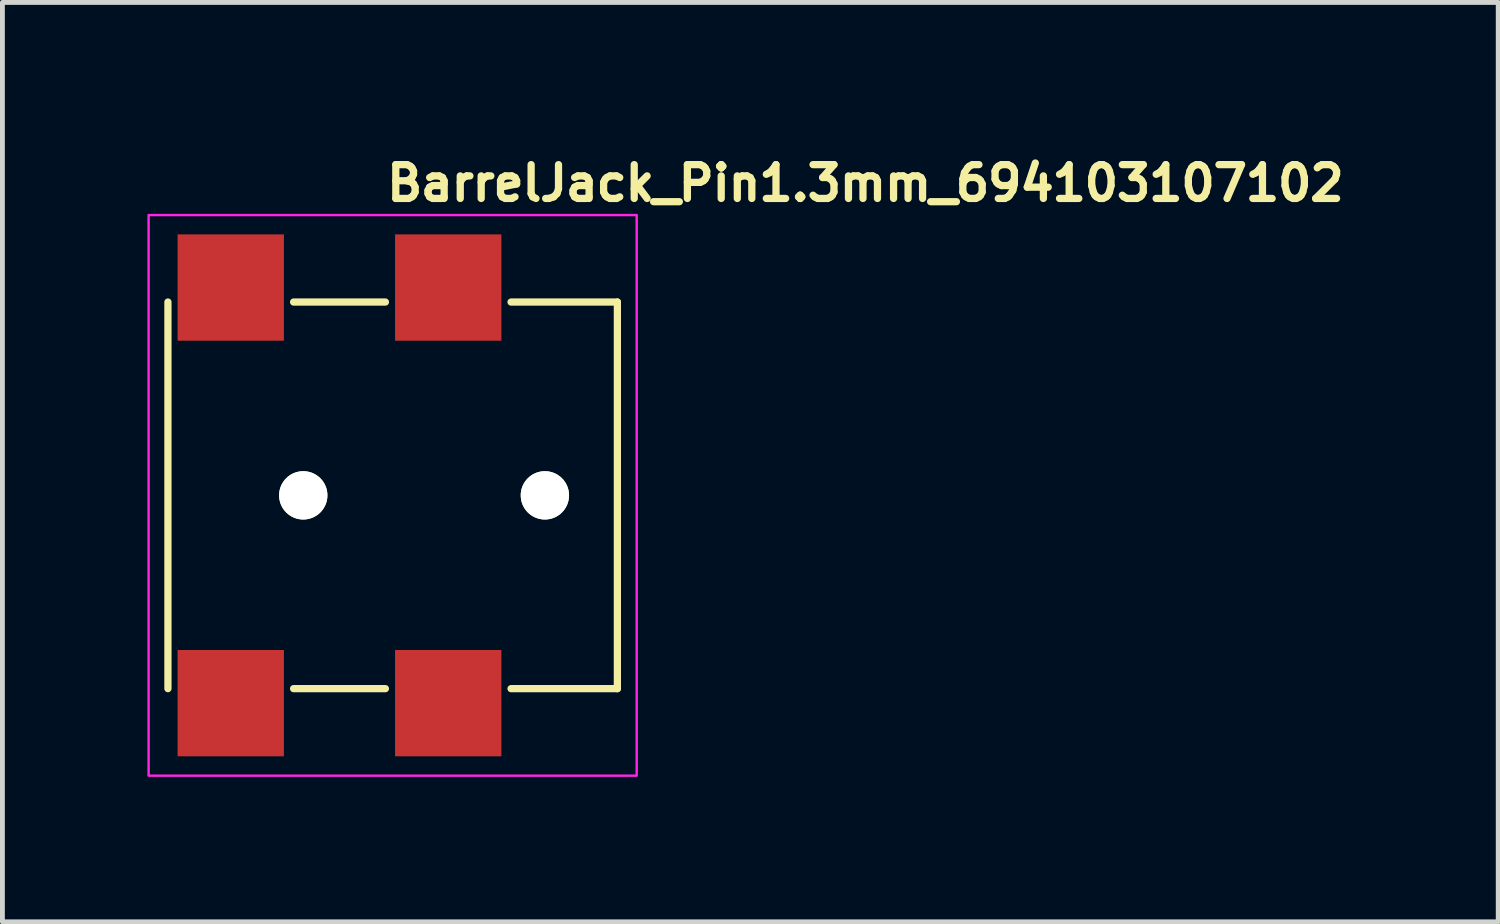
<source format=kicad_pcb>
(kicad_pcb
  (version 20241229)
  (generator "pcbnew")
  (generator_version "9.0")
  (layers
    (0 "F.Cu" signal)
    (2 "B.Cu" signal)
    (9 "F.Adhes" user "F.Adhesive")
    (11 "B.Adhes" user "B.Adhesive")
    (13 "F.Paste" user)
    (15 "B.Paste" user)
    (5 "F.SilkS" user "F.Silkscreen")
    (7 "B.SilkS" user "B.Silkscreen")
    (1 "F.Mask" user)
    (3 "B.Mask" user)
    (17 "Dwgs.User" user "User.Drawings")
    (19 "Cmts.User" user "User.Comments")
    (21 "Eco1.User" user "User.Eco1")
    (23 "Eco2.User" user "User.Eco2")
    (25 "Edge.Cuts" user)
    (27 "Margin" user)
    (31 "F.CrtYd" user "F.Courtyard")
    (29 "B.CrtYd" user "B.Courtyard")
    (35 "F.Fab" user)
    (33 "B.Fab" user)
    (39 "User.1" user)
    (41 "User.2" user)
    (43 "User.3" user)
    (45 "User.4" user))
  (footprint "BarrelJack_Pin1.3mm_694103107102"
    (layer "F.Cu")
    (at 4.875 7.2)
    (property "Reference" "BarrelJack_Pin1.3mm_694103107102" (at 0 -6.05 0) (layer "F.SilkS") (effects (font (size 0.7 0.7) (thickness 0.15)) (justify left bottom)))
    (attr smd)
    (fp_line (start -4.45 4) (end -4.45 -4) (stroke (width 0.15) (type solid)) (layer "F.SilkS"))
    (fp_line (start 0.05 -4) (end -1.85 -4) (stroke (width 0.15) (type solid)) (layer "F.SilkS"))
    (fp_line (start 0.05 4) (end -1.85 4) (stroke (width 0.15) (type solid)) (layer "F.SilkS"))
    (fp_line (start 2.65 -4) (end 4.85 -4) (stroke (width 0.15) (type solid)) (layer "F.SilkS"))
    (fp_line (start 2.65 4) (end 4.85 4) (stroke (width 0.15) (type solid)) (layer "F.SilkS"))
    (fp_line (start 4.85 -4) (end 4.85 4) (stroke (width 0.15) (type solid)) (layer "F.SilkS"))
    (fp_rect (start -4.85 5.8) (end 5.25 -5.8) (stroke (width 0.05) (type solid)) (fill no) (layer "F.CrtYd"))
    (fp_rect (start -4.45 4.9) (end 4.85 -4.9) (stroke (width 0.1) (type solid)) (fill no) (layer "User.5"))
    (fp_line (start -4.45 4) (end -4.45 -4) (stroke (width 0.02) (type solid)) (layer "User.9"))
    (fp_line (start -3.993 -4.008) (end -3.999 -4) (stroke (width 0.02) (type solid)) (layer "User.9"))
    (fp_line (start -3.988 -4.016) (end -3.993 -4.008) (stroke (width 0.02) (type solid)) (layer "User.9"))
    (fp_line (start -3.982 -4.025) (end -3.988 -4.016) (stroke (width 0.02) (type solid)) (layer "User.9"))
    (fp_line (start -3.978 -4.034) (end -3.982 -4.025) (stroke (width 0.02) (type solid)) (layer "User.9"))
    (fp_line (start -3.973 -4.042) (end -3.978 -4.034) (stroke (width 0.02) (type solid)) (layer "User.9"))
    (fp_line (start -3.969 -4.051) (end -3.973 -4.042) (stroke (width 0.02) (type solid)) (layer "User.9"))
    (fp_line (start -3.966 -4.061) (end -3.969 -4.051) (stroke (width 0.02) (type solid)) (layer "User.9"))
    (fp_line (start -3.963 -4.07) (end -3.966 -4.061) (stroke (width 0.02) (type solid)) (layer "User.9"))
    (fp_line (start -3.96 -4.079) (end -3.963 -4.07) (stroke (width 0.02) (type solid)) (layer "User.9"))
    (fp_line (start -3.957 -4.089) (end -3.96 -4.079) (stroke (width 0.02) (type solid)) (layer "User.9"))
    (fp_line (start -3.955 -4.098) (end -3.957 -4.089) (stroke (width 0.02) (type solid)) (layer "User.9"))
    (fp_line (start -3.953 -4.108) (end -3.955 -4.098) (stroke (width 0.02) (type solid)) (layer "User.9"))
    (fp_line (start -3.952 -4.118) (end -3.953 -4.108) (stroke (width 0.02) (type solid)) (layer "User.9"))
    (fp_line (start -3.951 -4.128) (end -3.952 -4.118) (stroke (width 0.02) (type solid)) (layer "User.9"))
    (fp_line (start -3.95 -4.81) (end -3.949 -4.815) (stroke (width 0.02) (type solid)) (layer "User.9"))
    (fp_line (start -3.95 -4.805) (end -3.95 -4.81) (stroke (width 0.02) (type solid)) (layer "User.9"))
    (fp_line (start -3.95 -4.8) (end -3.95 -4.805) (stroke (width 0.02) (type solid)) (layer "User.9"))
    (fp_line (start -3.95 -4.8) (end -3.95 -4.148) (stroke (width 0.02) (type solid)) (layer "User.9"))
    (fp_line (start -3.95 -4.148) (end -3.95 -4.138) (stroke (width 0.02) (type solid)) (layer "User.9"))
    (fp_line (start -3.95 -4.138) (end -3.951 -4.128) (stroke (width 0.02) (type solid)) (layer "User.9"))
    (fp_line (start -3.95 4) (end -3.95 4.01) (stroke (width 0.02) (type solid)) (layer "User.9"))
    (fp_line (start -3.95 4.01) (end -3.95 4.8) (stroke (width 0.02) (type solid)) (layer "User.9"))
    (fp_line (start -3.95 4.805) (end -3.95 4.8) (stroke (width 0.02) (type solid)) (layer "User.9"))
    (fp_line (start -3.95 4.81) (end -3.95 4.805) (stroke (width 0.02) (type solid)) (layer "User.9"))
    (fp_line (start -3.949 -4.815) (end -3.948 -4.82) (stroke (width 0.02) (type solid)) (layer "User.9"))
    (fp_line (start -3.949 4.815) (end -3.95 4.81) (stroke (width 0.02) (type solid)) (layer "User.9"))
    (fp_line (start -3.948 -4.82) (end -3.947 -4.824) (stroke (width 0.02) (type solid)) (layer "User.9"))
    (fp_line (start -3.948 4.82) (end -3.949 4.815) (stroke (width 0.02) (type solid)) (layer "User.9"))
    (fp_line (start -3.947 -4.824) (end -3.946 -4.829) (stroke (width 0.02) (type solid)) (layer "User.9"))
    (fp_line (start -3.947 4.824) (end -3.948 4.82) (stroke (width 0.02) (type solid)) (layer "User.9"))
    (fp_line (start -3.946 -4.829) (end -3.944 -4.834) (stroke (width 0.02) (type solid)) (layer "User.9"))
    (fp_line (start -3.946 4.829) (end -3.947 4.824) (stroke (width 0.02) (type solid)) (layer "User.9"))
    (fp_line (start -3.944 -4.834) (end -3.942 -4.838) (stroke (width 0.02) (type solid)) (layer "User.9"))
    (fp_line (start -3.944 4.834) (end -3.946 4.829) (stroke (width 0.02) (type solid)) (layer "User.9"))
    (fp_line (start -3.942 -4.838) (end -3.94 -4.843) (stroke (width 0.02) (type solid)) (layer "User.9"))
    (fp_line (start -3.942 4.838) (end -3.944 4.834) (stroke (width 0.02) (type solid)) (layer "User.9"))
    (fp_line (start -3.94 -4.843) (end -3.938 -4.847) (stroke (width 0.02) (type solid)) (layer "User.9"))
    (fp_line (start -3.94 4.843) (end -3.942 4.838) (stroke (width 0.02) (type solid)) (layer "User.9"))
    (fp_line (start -3.938 -4.847) (end -3.936 -4.851) (stroke (width 0.02) (type solid)) (layer "User.9"))
    (fp_line (start -3.938 4.847) (end -3.94 4.843) (stroke (width 0.02) (type solid)) (layer "User.9"))
    (fp_line (start -3.936 -4.851) (end -3.933 -4.855) (stroke (width 0.02) (type solid)) (layer "User.9"))
    (fp_line (start -3.936 4.851) (end -3.938 4.847) (stroke (width 0.02) (type solid)) (layer "User.9"))
    (fp_line (start -3.933 -4.855) (end -3.93 -4.859) (stroke (width 0.02) (type solid)) (layer "User.9"))
    (fp_line (start -3.933 4.855) (end -3.936 4.851) (stroke (width 0.02) (type solid)) (layer "User.9"))
    (fp_line (start -3.93 -4.859) (end -3.927 -4.863) (stroke (width 0.02) (type solid)) (layer "User.9"))
    (fp_line (start -3.93 4.859) (end -3.933 4.855) (stroke (width 0.02) (type solid)) (layer "User.9"))
    (fp_line (start -3.927 -4.863) (end -3.924 -4.867) (stroke (width 0.02) (type solid)) (layer "User.9"))
    (fp_line (start -3.927 4.863) (end -3.93 4.859) (stroke (width 0.02) (type solid)) (layer "User.9"))
    (fp_line (start -3.924 -4.867) (end -3.921 -4.871) (stroke (width 0.02) (type solid)) (layer "User.9"))
    (fp_line (start -3.924 4.867) (end -3.927 4.863) (stroke (width 0.02) (type solid)) (layer "User.9"))
    (fp_line (start -3.921 -4.871) (end -3.921 -4.871) (stroke (width 0.02) (type solid)) (layer "User.9"))
    (fp_line (start -3.921 -4.871) (end -3.917 -4.874) (stroke (width 0.02) (type solid)) (layer "User.9"))
    (fp_line (start -3.921 4.871) (end -3.924 4.867) (stroke (width 0.02) (type solid)) (layer "User.9"))
    (fp_line (start -3.921 4.871) (end -3.921 4.871) (stroke (width 0.02) (type solid)) (layer "User.9"))
    (fp_line (start -3.917 -4.874) (end -3.913 -4.877) (stroke (width 0.02) (type solid)) (layer "User.9"))
    (fp_line (start -3.917 4.874) (end -3.921 4.871) (stroke (width 0.02) (type solid)) (layer "User.9"))
    (fp_line (start -3.913 -4.877) (end -3.909 -4.88) (stroke (width 0.02) (type solid)) (layer "User.9"))
    (fp_line (start -3.913 4.877) (end -3.917 4.874) (stroke (width 0.02) (type solid)) (layer "User.9"))
    (fp_line (start -3.909 -4.88) (end -3.905 -4.883) (stroke (width 0.02) (type solid)) (layer "User.9"))
    (fp_line (start -3.909 4.88) (end -3.913 4.877) (stroke (width 0.02) (type solid)) (layer "User.9"))
    (fp_line (start -3.905 -4.883) (end -3.901 -4.886) (stroke (width 0.02) (type solid)) (layer "User.9"))
    (fp_line (start -3.905 4.883) (end -3.909 4.88) (stroke (width 0.02) (type solid)) (layer "User.9"))
    (fp_line (start -3.901 -4.886) (end -3.897 -4.888) (stroke (width 0.02) (type solid)) (layer "User.9"))
    (fp_line (start -3.901 4.886) (end -3.905 4.883) (stroke (width 0.02) (type solid)) (layer "User.9"))
    (fp_line (start -3.897 -4.888) (end -3.893 -4.89) (stroke (width 0.02) (type solid)) (layer "User.9"))
    (fp_line (start -3.897 4.888) (end -3.901 4.886) (stroke (width 0.02) (type solid)) (layer "User.9"))
    (fp_line (start -3.893 -4.89) (end -3.888 -4.892) (stroke (width 0.02) (type solid)) (layer "User.9"))
    (fp_line (start -3.893 4.89) (end -3.897 4.888) (stroke (width 0.02) (type solid)) (layer "User.9"))
    (fp_line (start -3.888 -4.892) (end -3.884 -4.894) (stroke (width 0.02) (type solid)) (layer "User.9"))
    (fp_line (start -3.888 4.892) (end -3.893 4.89) (stroke (width 0.02) (type solid)) (layer "User.9"))
    (fp_line (start -3.884 -4.894) (end -3.879 -4.896) (stroke (width 0.02) (type solid)) (layer "User.9"))
    (fp_line (start -3.884 4.894) (end -3.888 4.892) (stroke (width 0.02) (type solid)) (layer "User.9"))
    (fp_line (start -3.879 -4.896) (end -3.874 -4.897) (stroke (width 0.02) (type solid)) (layer "User.9"))
    (fp_line (start -3.879 4.896) (end -3.884 4.894) (stroke (width 0.02) (type solid)) (layer "User.9"))
    (fp_line (start -3.874 -4.897) (end -3.87 -4.898) (stroke (width 0.02) (type solid)) (layer "User.9"))
    (fp_line (start -3.874 4.897) (end -3.879 4.896) (stroke (width 0.02) (type solid)) (layer "User.9"))
    (fp_line (start -3.87 -4.898) (end -3.865 -4.899) (stroke (width 0.02) (type solid)) (layer "User.9"))
    (fp_line (start -3.87 4.898) (end -3.874 4.897) (stroke (width 0.02) (type solid)) (layer "User.9"))
    (fp_line (start -3.865 -4.899) (end -3.86 -4.9) (stroke (width 0.02) (type solid)) (layer "User.9"))
    (fp_line (start -3.865 4.899) (end -3.87 4.898) (stroke (width 0.02) (type solid)) (layer "User.9"))
    (fp_line (start -3.86 -4.9) (end -3.855 -4.9) (stroke (width 0.02) (type solid)) (layer "User.9"))
    (fp_line (start -3.86 4.9) (end -3.865 4.899) (stroke (width 0.02) (type solid)) (layer "User.9"))
    (fp_line (start -3.855 -4.9) (end -3.85 -4.9) (stroke (width 0.02) (type solid)) (layer "User.9"))
    (fp_line (start -3.855 4.9) (end -3.86 4.9) (stroke (width 0.02) (type solid)) (layer "User.9"))
    (fp_line (start -3.85 4.9) (end -3.855 4.9) (stroke (width 0.02) (type solid)) (layer "User.9"))
    (fp_line (start -3.742 -4.9) (end -3.85 -4.9) (stroke (width 0.02) (type solid)) (layer "User.9"))
    (fp_line (start -3.742 -4.9) (end -3.737 -4.9) (stroke (width 0.02) (type solid)) (layer "User.9"))
    (fp_line (start -3.742 4.9) (end -3.85 4.9) (stroke (width 0.02) (type solid)) (layer "User.9"))
    (fp_line (start -3.737 -4.9) (end -3.733 -4.9) (stroke (width 0.02) (type solid)) (layer "User.9"))
    (fp_line (start -3.737 4.9) (end -3.742 4.9) (stroke (width 0.02) (type solid)) (layer "User.9"))
    (fp_line (start -3.733 -4.9) (end -3.728 -4.899) (stroke (width 0.02) (type solid)) (layer "User.9"))
    (fp_line (start -3.733 4.9) (end -3.737 4.9) (stroke (width 0.02) (type solid)) (layer "User.9"))
    (fp_line (start -3.728 -4.899) (end -3.724 -4.898) (stroke (width 0.02) (type solid)) (layer "User.9"))
    (fp_line (start -3.728 4.899) (end -3.733 4.9) (stroke (width 0.02) (type solid)) (layer "User.9"))
    (fp_line (start -3.724 -4.898) (end -3.719 -4.898) (stroke (width 0.02) (type solid)) (layer "User.9"))
    (fp_line (start -3.724 4.898) (end -3.728 4.899) (stroke (width 0.02) (type solid)) (layer "User.9"))
    (fp_line (start -3.719 -4.898) (end -3.715 -4.896) (stroke (width 0.02) (type solid)) (layer "User.9"))
    (fp_line (start -3.719 4.898) (end -3.724 4.898) (stroke (width 0.02) (type solid)) (layer "User.9"))
    (fp_line (start -3.715 -4.896) (end -3.711 -4.895) (stroke (width 0.02) (type solid)) (layer "User.9"))
    (fp_line (start -3.715 4.896) (end -3.719 4.898) (stroke (width 0.02) (type solid)) (layer "User.9"))
    (fp_line (start -3.711 -4.895) (end -3.707 -4.894) (stroke (width 0.02) (type solid)) (layer "User.9"))
    (fp_line (start -3.711 4.895) (end -3.715 4.896) (stroke (width 0.02) (type solid)) (layer "User.9"))
    (fp_line (start -3.707 -4.894) (end -3.703 -4.892) (stroke (width 0.02) (type solid)) (layer "User.9"))
    (fp_line (start -3.707 4.894) (end -3.711 4.895) (stroke (width 0.02) (type solid)) (layer "User.9"))
    (fp_line (start -3.703 -4.892) (end -3.699 -4.89) (stroke (width 0.02) (type solid)) (layer "User.9"))
    (fp_line (start -3.703 4.892) (end -3.707 4.894) (stroke (width 0.02) (type solid)) (layer "User.9"))
    (fp_line (start -3.699 -4.89) (end -3.695 -4.888) (stroke (width 0.02) (type solid)) (layer "User.9"))
    (fp_line (start -3.699 4.89) (end -3.703 4.892) (stroke (width 0.02) (type solid)) (layer "User.9"))
    (fp_line (start -3.695 -4.888) (end -3.691 -4.886) (stroke (width 0.02) (type solid)) (layer "User.9"))
    (fp_line (start -3.695 4.888) (end -3.699 4.89) (stroke (width 0.02) (type solid)) (layer "User.9"))
    (fp_line (start -3.691 -4.886) (end -3.687 -4.884) (stroke (width 0.02) (type solid)) (layer "User.9"))
    (fp_line (start -3.691 4.886) (end -3.695 4.888) (stroke (width 0.02) (type solid)) (layer "User.9"))
    (fp_line (start -3.687 -4.884) (end -3.684 -4.882) (stroke (width 0.02) (type solid)) (layer "User.9"))
    (fp_line (start -3.687 4.884) (end -3.691 4.886) (stroke (width 0.02) (type solid)) (layer "User.9"))
    (fp_line (start -3.684 -4.882) (end -3.68 -4.879) (stroke (width 0.02) (type solid)) (layer "User.9"))
    (fp_line (start -3.684 4.882) (end -3.687 4.884) (stroke (width 0.02) (type solid)) (layer "User.9"))
    (fp_line (start -3.68 -4.879) (end -3.677 -4.876) (stroke (width 0.02) (type solid)) (layer "User.9"))
    (fp_line (start -3.68 4.879) (end -3.684 4.882) (stroke (width 0.02) (type solid)) (layer "User.9"))
    (fp_line (start -3.677 -4.876) (end -3.674 -4.874) (stroke (width 0.02) (type solid)) (layer "User.9"))
    (fp_line (start -3.677 4.876) (end -3.68 4.879) (stroke (width 0.02) (type solid)) (layer "User.9"))
    (fp_line (start -3.674 -4.874) (end -3.671 -4.871) (stroke (width 0.02) (type solid)) (layer "User.9"))
    (fp_line (start -3.674 4.874) (end -3.677 4.876) (stroke (width 0.02) (type solid)) (layer "User.9"))
    (fp_line (start -3.671 -4.871) (end -3.668 -4.867) (stroke (width 0.02) (type solid)) (layer "User.9"))
    (fp_line (start -3.671 4.871) (end -3.674 4.874) (stroke (width 0.02) (type solid)) (layer "User.9"))
    (fp_line (start -3.668 -4.867) (end -3.665 -4.864) (stroke (width 0.02) (type solid)) (layer "User.9"))
    (fp_line (start -3.668 4.867) (end -3.671 4.871) (stroke (width 0.02) (type solid)) (layer "User.9"))
    (fp_line (start -3.665 -4.864) (end -3.662 -4.861) (stroke (width 0.02) (type solid)) (layer "User.9"))
    (fp_line (start -3.665 4.864) (end -3.668 4.867) (stroke (width 0.02) (type solid)) (layer "User.9"))
    (fp_line (start -3.662 -4.861) (end -3.66 -4.857) (stroke (width 0.02) (type solid)) (layer "User.9"))
    (fp_line (start -3.662 4.861) (end -3.665 4.864) (stroke (width 0.02) (type solid)) (layer "User.9"))
    (fp_line (start -3.66 -4.857) (end -3.657 -4.854) (stroke (width 0.02) (type solid)) (layer "User.9"))
    (fp_line (start -3.66 4.857) (end -3.662 4.861) (stroke (width 0.02) (type solid)) (layer "User.9"))
    (fp_line (start -3.657 -4.854) (end -3.655 -4.85) (stroke (width 0.02) (type solid)) (layer "User.9"))
    (fp_line (start -3.657 4.854) (end -3.66 4.857) (stroke (width 0.02) (type solid)) (layer "User.9"))
    (fp_line (start -3.655 -4.85) (end -3.653 -4.846) (stroke (width 0.02) (type solid)) (layer "User.9"))
    (fp_line (start -3.655 4.85) (end -3.657 4.854) (stroke (width 0.02) (type solid)) (layer "User.9"))
    (fp_line (start -3.653 -4.846) (end -3.651 -4.842) (stroke (width 0.02) (type solid)) (layer "User.9"))
    (fp_line (start -3.653 4.846) (end -3.655 4.85) (stroke (width 0.02) (type solid)) (layer "User.9"))
    (fp_line (start -3.651 -4.842) (end -3.649 -4.838) (stroke (width 0.02) (type solid)) (layer "User.9"))
    (fp_line (start -3.651 4.842) (end -3.653 4.846) (stroke (width 0.02) (type solid)) (layer "User.9"))
    (fp_line (start -3.649 -4.838) (end -3.648 -4.834) (stroke (width 0.02) (type solid)) (layer "User.9"))
    (fp_line (start -3.649 4.838) (end -3.651 4.842) (stroke (width 0.02) (type solid)) (layer "User.9"))
    (fp_line (start -3.648 -4.834) (end -3.646 -4.83) (stroke (width 0.02) (type solid)) (layer "User.9"))
    (fp_line (start -3.648 4.834) (end -3.649 4.838) (stroke (width 0.02) (type solid)) (layer "User.9"))
    (fp_line (start -3.646 -4.83) (end -3.645 -4.826) (stroke (width 0.02) (type solid)) (layer "User.9"))
    (fp_line (start -3.646 4.83) (end -3.648 4.834) (stroke (width 0.02) (type solid)) (layer "User.9"))
    (fp_line (start -3.645 -4.826) (end -3.644 -4.821) (stroke (width 0.02) (type solid)) (layer "User.9"))
    (fp_line (start -3.645 4.826) (end -3.646 4.83) (stroke (width 0.02) (type solid)) (layer "User.9"))
    (fp_line (start -3.644 -4.821) (end -3.643 -4.817) (stroke (width 0.02) (type solid)) (layer "User.9"))
    (fp_line (start -3.644 4.821) (end -3.645 4.826) (stroke (width 0.02) (type solid)) (layer "User.9"))
    (fp_line (start -3.643 -4.817) (end -3.639 -4.794) (stroke (width 0.02) (type solid)) (layer "User.9"))
    (fp_line (start -3.643 4.817) (end -3.644 4.821) (stroke (width 0.02) (type solid)) (layer "User.9"))
    (fp_line (start -3.643 4.817) (end -3.639 4.794) (stroke (width 0.02) (type solid)) (layer "User.9"))
    (fp_line (start -3.639 -4.794) (end -3.633 -4.772) (stroke (width 0.02) (type solid)) (layer "User.9"))
    (fp_line (start -3.639 4.794) (end -3.633 4.772) (stroke (width 0.02) (type solid)) (layer "User.9"))
    (fp_line (start -3.633 -4.772) (end -3.627 -4.751) (stroke (width 0.02) (type solid)) (layer "User.9"))
    (fp_line (start -3.633 4.772) (end -3.627 4.751) (stroke (width 0.02) (type solid)) (layer "User.9"))
    (fp_line (start -3.627 -4.751) (end -3.62 -4.73) (stroke (width 0.02) (type solid)) (layer "User.9"))
    (fp_line (start -3.627 4.751) (end -3.62 4.73) (stroke (width 0.02) (type solid)) (layer "User.9"))
    (fp_line (start -3.62 -4.73) (end -3.612 -4.709) (stroke (width 0.02) (type solid)) (layer "User.9"))
    (fp_line (start -3.62 4.73) (end -3.612 4.709) (stroke (width 0.02) (type solid)) (layer "User.9"))
    (fp_line (start -3.612 -4.709) (end -3.603 -4.689) (stroke (width 0.02) (type solid)) (layer "User.9"))
    (fp_line (start -3.612 4.709) (end -3.603 4.689) (stroke (width 0.02) (type solid)) (layer "User.9"))
    (fp_line (start -3.603 -4.689) (end -3.594 -4.669) (stroke (width 0.02) (type solid)) (layer "User.9"))
    (fp_line (start -3.603 4.689) (end -3.594 4.669) (stroke (width 0.02) (type solid)) (layer "User.9"))
    (fp_line (start -3.594 -4.669) (end -3.583 -4.65) (stroke (width 0.02) (type solid)) (layer "User.9"))
    (fp_line (start -3.594 4.669) (end -3.583 4.65) (stroke (width 0.02) (type solid)) (layer "User.9"))
    (fp_line (start -3.583 -4.65) (end -3.572 -4.631) (stroke (width 0.02) (type solid)) (layer "User.9"))
    (fp_line (start -3.583 4.65) (end -3.572 4.631) (stroke (width 0.02) (type solid)) (layer "User.9"))
    (fp_line (start -3.572 -4.631) (end -3.56 -4.613) (stroke (width 0.02) (type solid)) (layer "User.9"))
    (fp_line (start -3.572 4.631) (end -3.56 4.613) (stroke (width 0.02) (type solid)) (layer "User.9"))
    (fp_line (start -3.56 -4.613) (end -3.547 -4.596) (stroke (width 0.02) (type solid)) (layer "User.9"))
    (fp_line (start -3.56 4.613) (end -3.547 4.596) (stroke (width 0.02) (type solid)) (layer "User.9"))
    (fp_line (start -3.547 -4.596) (end -3.533 -4.579) (stroke (width 0.02) (type solid)) (layer "User.9"))
    (fp_line (start -3.547 4.596) (end -3.533 4.579) (stroke (width 0.02) (type solid)) (layer "User.9"))
    (fp_line (start -3.533 -4.579) (end -3.519 -4.563) (stroke (width 0.02) (type solid)) (layer "User.9"))
    (fp_line (start -3.533 4.579) (end -3.519 4.563) (stroke (width 0.02) (type solid)) (layer "User.9"))
    (fp_line (start -3.519 -4.563) (end -3.504 -4.547) (stroke (width 0.02) (type solid)) (layer "User.9"))
    (fp_line (start -3.519 4.563) (end -3.504 4.547) (stroke (width 0.02) (type solid)) (layer "User.9"))
    (fp_line (start -3.504 -4.547) (end -3.489 -4.532) (stroke (width 0.02) (type solid)) (layer "User.9"))
    (fp_line (start -3.504 4.547) (end -3.489 4.532) (stroke (width 0.02) (type solid)) (layer "User.9"))
    (fp_line (start -3.489 -4.532) (end -3.473 -4.518) (stroke (width 0.02) (type solid)) (layer "User.9"))
    (fp_line (start -3.489 4.532) (end -3.473 4.518) (stroke (width 0.02) (type solid)) (layer "User.9"))
    (fp_line (start -3.473 -4.518) (end -3.456 -4.505) (stroke (width 0.02) (type solid)) (layer "User.9"))
    (fp_line (start -3.473 4.518) (end -3.456 4.505) (stroke (width 0.02) (type solid)) (layer "User.9"))
    (fp_line (start -3.456 -4.505) (end -3.439 -4.492) (stroke (width 0.02) (type solid)) (layer "User.9"))
    (fp_line (start -3.456 4.505) (end -3.439 4.492) (stroke (width 0.02) (type solid)) (layer "User.9"))
    (fp_line (start -3.439 -4.492) (end -3.421 -4.48) (stroke (width 0.02) (type solid)) (layer "User.9"))
    (fp_line (start -3.439 4.492) (end -3.421 4.48) (stroke (width 0.02) (type solid)) (layer "User.9"))
    (fp_line (start -3.421 -4.48) (end -3.402 -4.468) (stroke (width 0.02) (type solid)) (layer "User.9"))
    (fp_line (start -3.421 4.48) (end -3.402 4.468) (stroke (width 0.02) (type solid)) (layer "User.9"))
    (fp_line (start -3.402 -4.468) (end -3.384 -4.458) (stroke (width 0.02) (type solid)) (layer "User.9"))
    (fp_line (start -3.402 4.468) (end -3.384 4.458) (stroke (width 0.02) (type solid)) (layer "User.9"))
    (fp_line (start -3.384 -4.458) (end -3.364 -4.448) (stroke (width 0.02) (type solid)) (layer "User.9"))
    (fp_line (start -3.384 4.458) (end -3.364 4.448) (stroke (width 0.02) (type solid)) (layer "User.9"))
    (fp_line (start -3.364 -4.448) (end -3.344 -4.439) (stroke (width 0.02) (type solid)) (layer "User.9"))
    (fp_line (start -3.364 4.448) (end -3.344 4.439) (stroke (width 0.02) (type solid)) (layer "User.9"))
    (fp_line (start -3.344 -4.439) (end -3.324 -4.431) (stroke (width 0.02) (type solid)) (layer "User.9"))
    (fp_line (start -3.344 4.439) (end -3.324 4.431) (stroke (width 0.02) (type solid)) (layer "User.9"))
    (fp_line (start -3.324 -4.431) (end -3.304 -4.424) (stroke (width 0.02) (type solid)) (layer "User.9"))
    (fp_line (start -3.324 4.431) (end -3.304 4.424) (stroke (width 0.02) (type solid)) (layer "User.9"))
    (fp_line (start -3.304 -4.424) (end -3.283 -4.418) (stroke (width 0.02) (type solid)) (layer "User.9"))
    (fp_line (start -3.304 4.424) (end -3.283 4.418) (stroke (width 0.02) (type solid)) (layer "User.9"))
    (fp_line (start -3.283 -4.418) (end -3.261 -4.412) (stroke (width 0.02) (type solid)) (layer "User.9"))
    (fp_line (start -3.283 4.418) (end -3.261 4.412) (stroke (width 0.02) (type solid)) (layer "User.9"))
    (fp_line (start -3.261 -4.412) (end -3.24 -4.408) (stroke (width 0.02) (type solid)) (layer "User.9"))
    (fp_line (start -3.261 4.412) (end -3.24 4.408) (stroke (width 0.02) (type solid)) (layer "User.9"))
    (fp_line (start -3.24 -4.408) (end -3.218 -4.405) (stroke (width 0.02) (type solid)) (layer "User.9"))
    (fp_line (start -3.24 4.408) (end -3.218 4.405) (stroke (width 0.02) (type solid)) (layer "User.9"))
    (fp_line (start -3.218 -4.405) (end -3.195 -4.402) (stroke (width 0.02) (type solid)) (layer "User.9"))
    (fp_line (start -3.218 4.405) (end -3.195 4.402) (stroke (width 0.02) (type solid)) (layer "User.9"))
    (fp_line (start -3.195 -4.402) (end -3.173 -4.4) (stroke (width 0.02) (type solid)) (layer "User.9"))
    (fp_line (start -3.195 4.402) (end -3.173 4.4) (stroke (width 0.02) (type solid)) (layer "User.9"))
    (fp_line (start -3.173 -4.4) (end -3.15 -4.4) (stroke (width 0.02) (type solid)) (layer "User.9"))
    (fp_line (start -3.173 4.4) (end -3.15 4.4) (stroke (width 0.02) (type solid)) (layer "User.9"))
    (fp_line (start -3.15 -4.4) (end -3.15 -4.4) (stroke (width 0.02) (type solid)) (layer "User.9"))
    (fp_line (start -3.15 -4.4) (end -3.127 -4.4) (stroke (width 0.02) (type solid)) (layer "User.9"))
    (fp_line (start -3.15 4.4) (end -3.15 4.4) (stroke (width 0.02) (type solid)) (layer "User.9"))
    (fp_line (start -3.15 4.4) (end -3.127 4.4) (stroke (width 0.02) (type solid)) (layer "User.9"))
    (fp_line (start -3.127 -4.4) (end -3.105 -4.402) (stroke (width 0.02) (type solid)) (layer "User.9"))
    (fp_line (start -3.127 4.4) (end -3.105 4.402) (stroke (width 0.02) (type solid)) (layer "User.9"))
    (fp_line (start -3.105 -4.402) (end -3.082 -4.405) (stroke (width 0.02) (type solid)) (layer "User.9"))
    (fp_line (start -3.105 4.402) (end -3.082 4.405) (stroke (width 0.02) (type solid)) (layer "User.9"))
    (fp_line (start -3.082 -4.405) (end -3.06 -4.408) (stroke (width 0.02) (type solid)) (layer "User.9"))
    (fp_line (start -3.082 4.405) (end -3.06 4.408) (stroke (width 0.02) (type solid)) (layer "User.9"))
    (fp_line (start -3.06 -4.408) (end -3.039 -4.412) (stroke (width 0.02) (type solid)) (layer "User.9"))
    (fp_line (start -3.06 4.408) (end -3.039 4.412) (stroke (width 0.02) (type solid)) (layer "User.9"))
    (fp_line (start -3.039 -4.412) (end -3.017 -4.418) (stroke (width 0.02) (type solid)) (layer "User.9"))
    (fp_line (start -3.039 4.412) (end -3.017 4.418) (stroke (width 0.02) (type solid)) (layer "User.9"))
    (fp_line (start -3.017 -4.418) (end -2.996 -4.424) (stroke (width 0.02) (type solid)) (layer "User.9"))
    (fp_line (start -3.017 4.418) (end -2.996 4.424) (stroke (width 0.02) (type solid)) (layer "User.9"))
    (fp_line (start -2.996 -4.424) (end -2.976 -4.431) (stroke (width 0.02) (type solid)) (layer "User.9"))
    (fp_line (start -2.996 4.424) (end -2.976 4.431) (stroke (width 0.02) (type solid)) (layer "User.9"))
    (fp_line (start -2.976 -4.431) (end -2.956 -4.439) (stroke (width 0.02) (type solid)) (layer "User.9"))
    (fp_line (start -2.976 4.431) (end -2.956 4.439) (stroke (width 0.02) (type solid)) (layer "User.9"))
    (fp_line (start -2.956 -4.439) (end -2.936 -4.448) (stroke (width 0.02) (type solid)) (layer "User.9"))
    (fp_line (start -2.956 4.439) (end -2.936 4.448) (stroke (width 0.02) (type solid)) (layer "User.9"))
    (fp_line (start -2.936 -4.448) (end -2.916 -4.458) (stroke (width 0.02) (type solid)) (layer "User.9"))
    (fp_line (start -2.936 4.448) (end -2.916 4.458) (stroke (width 0.02) (type solid)) (layer "User.9"))
    (fp_line (start -2.916 -4.458) (end -2.898 -4.468) (stroke (width 0.02) (type solid)) (layer "User.9"))
    (fp_line (start -2.916 4.458) (end -2.898 4.468) (stroke (width 0.02) (type solid)) (layer "User.9"))
    (fp_line (start -2.898 -4.468) (end -2.879 -4.48) (stroke (width 0.02) (type solid)) (layer "User.9"))
    (fp_line (start -2.898 4.468) (end -2.879 4.48) (stroke (width 0.02) (type solid)) (layer "User.9"))
    (fp_line (start -2.879 -4.48) (end -2.861 -4.492) (stroke (width 0.02) (type solid)) (layer "User.9"))
    (fp_line (start -2.879 4.48) (end -2.861 4.492) (stroke (width 0.02) (type solid)) (layer "User.9"))
    (fp_line (start -2.861 -4.492) (end -2.844 -4.505) (stroke (width 0.02) (type solid)) (layer "User.9"))
    (fp_line (start -2.861 4.492) (end -2.844 4.505) (stroke (width 0.02) (type solid)) (layer "User.9"))
    (fp_line (start -2.844 -4.505) (end -2.827 -4.518) (stroke (width 0.02) (type solid)) (layer "User.9"))
    (fp_line (start -2.844 4.505) (end -2.827 4.518) (stroke (width 0.02) (type solid)) (layer "User.9"))
    (fp_line (start -2.827 -4.518) (end -2.811 -4.532) (stroke (width 0.02) (type solid)) (layer "User.9"))
    (fp_line (start -2.827 4.518) (end -2.811 4.532) (stroke (width 0.02) (type solid)) (layer "User.9"))
    (fp_line (start -2.811 -4.532) (end -2.796 -4.547) (stroke (width 0.02) (type solid)) (layer "User.9"))
    (fp_line (start -2.811 4.532) (end -2.796 4.547) (stroke (width 0.02) (type solid)) (layer "User.9"))
    (fp_line (start -2.796 -4.547) (end -2.781 -4.563) (stroke (width 0.02) (type solid)) (layer "User.9"))
    (fp_line (start -2.796 4.547) (end -2.781 4.563) (stroke (width 0.02) (type solid)) (layer "User.9"))
    (fp_line (start -2.781 -4.563) (end -2.767 -4.579) (stroke (width 0.02) (type solid)) (layer "User.9"))
    (fp_line (start -2.781 4.563) (end -2.767 4.579) (stroke (width 0.02) (type solid)) (layer "User.9"))
    (fp_line (start -2.767 -4.579) (end -2.753 -4.596) (stroke (width 0.02) (type solid)) (layer "User.9"))
    (fp_line (start -2.767 4.579) (end -2.753 4.596) (stroke (width 0.02) (type solid)) (layer "User.9"))
    (fp_line (start -2.753 -4.596) (end -2.74 -4.613) (stroke (width 0.02) (type solid)) (layer "User.9"))
    (fp_line (start -2.753 4.596) (end -2.74 4.613) (stroke (width 0.02) (type solid)) (layer "User.9"))
    (fp_line (start -2.74 -4.613) (end -2.728 -4.631) (stroke (width 0.02) (type solid)) (layer "User.9"))
    (fp_line (start -2.74 4.613) (end -2.728 4.631) (stroke (width 0.02) (type solid)) (layer "User.9"))
    (fp_line (start -2.728 -4.631) (end -2.717 -4.65) (stroke (width 0.02) (type solid)) (layer "User.9"))
    (fp_line (start -2.728 4.631) (end -2.717 4.65) (stroke (width 0.02) (type solid)) (layer "User.9"))
    (fp_line (start -2.717 -4.65) (end -2.706 -4.669) (stroke (width 0.02) (type solid)) (layer "User.9"))
    (fp_line (start -2.717 4.65) (end -2.706 4.669) (stroke (width 0.02) (type solid)) (layer "User.9"))
    (fp_line (start -2.706 -4.669) (end -2.697 -4.689) (stroke (width 0.02) (type solid)) (layer "User.9"))
    (fp_line (start -2.706 4.669) (end -2.697 4.689) (stroke (width 0.02) (type solid)) (layer "User.9"))
    (fp_line (start -2.697 -4.689) (end -2.688 -4.709) (stroke (width 0.02) (type solid)) (layer "User.9"))
    (fp_line (start -2.697 4.689) (end -2.688 4.709) (stroke (width 0.02) (type solid)) (layer "User.9"))
    (fp_line (start -2.688 -4.709) (end -2.68 -4.73) (stroke (width 0.02) (type solid)) (layer "User.9"))
    (fp_line (start -2.688 4.709) (end -2.68 4.73) (stroke (width 0.02) (type solid)) (layer "User.9"))
    (fp_line (start -2.68 -4.73) (end -2.673 -4.751) (stroke (width 0.02) (type solid)) (layer "User.9"))
    (fp_line (start -2.68 4.73) (end -2.673 4.751) (stroke (width 0.02) (type solid)) (layer "User.9"))
    (fp_line (start -2.673 -4.751) (end -2.667 -4.772) (stroke (width 0.02) (type solid)) (layer "User.9"))
    (fp_line (start -2.673 4.751) (end -2.667 4.772) (stroke (width 0.02) (type solid)) (layer "User.9"))
    (fp_line (start -2.667 -4.772) (end -2.661 -4.794) (stroke (width 0.02) (type solid)) (layer "User.9"))
    (fp_line (start -2.667 4.772) (end -2.661 4.794) (stroke (width 0.02) (type solid)) (layer "User.9"))
    (fp_line (start -2.661 -4.794) (end -2.657 -4.817) (stroke (width 0.02) (type solid)) (layer "User.9"))
    (fp_line (start -2.661 4.794) (end -2.657 4.817) (stroke (width 0.02) (type solid)) (layer "User.9"))
    (fp_line (start -2.657 -4.817) (end -2.656 -4.821) (stroke (width 0.02) (type solid)) (layer "User.9"))
    (fp_line (start -2.656 -4.821) (end -2.655 -4.826) (stroke (width 0.02) (type solid)) (layer "User.9"))
    (fp_line (start -2.656 4.821) (end -2.657 4.817) (stroke (width 0.02) (type solid)) (layer "User.9"))
    (fp_line (start -2.655 -4.826) (end -2.654 -4.83) (stroke (width 0.02) (type solid)) (layer "User.9"))
    (fp_line (start -2.655 4.826) (end -2.656 4.821) (stroke (width 0.02) (type solid)) (layer "User.9"))
    (fp_line (start -2.654 -4.83) (end -2.652 -4.834) (stroke (width 0.02) (type solid)) (layer "User.9"))
    (fp_line (start -2.654 4.83) (end -2.655 4.826) (stroke (width 0.02) (type solid)) (layer "User.9"))
    (fp_line (start -2.652 -4.834) (end -2.651 -4.838) (stroke (width 0.02) (type solid)) (layer "User.9"))
    (fp_line (start -2.652 4.834) (end -2.654 4.83) (stroke (width 0.02) (type solid)) (layer "User.9"))
    (fp_line (start -2.651 -4.838) (end -2.649 -4.842) (stroke (width 0.02) (type solid)) (layer "User.9"))
    (fp_line (start -2.651 4.838) (end -2.652 4.834) (stroke (width 0.02) (type solid)) (layer "User.9"))
    (fp_line (start -2.649 -4.842) (end -2.647 -4.846) (stroke (width 0.02) (type solid)) (layer "User.9"))
    (fp_line (start -2.649 4.842) (end -2.651 4.838) (stroke (width 0.02) (type solid)) (layer "User.9"))
    (fp_line (start -2.647 -4.846) (end -2.645 -4.85) (stroke (width 0.02) (type solid)) (layer "User.9"))
    (fp_line (start -2.647 4.846) (end -2.649 4.842) (stroke (width 0.02) (type solid)) (layer "User.9"))
    (fp_line (start -2.645 -4.85) (end -2.643 -4.854) (stroke (width 0.02) (type solid)) (layer "User.9"))
    (fp_line (start -2.645 4.85) (end -2.647 4.846) (stroke (width 0.02) (type solid)) (layer "User.9"))
    (fp_line (start -2.643 -4.854) (end -2.64 -4.857) (stroke (width 0.02) (type solid)) (layer "User.9"))
    (fp_line (start -2.643 4.854) (end -2.645 4.85) (stroke (width 0.02) (type solid)) (layer "User.9"))
    (fp_line (start -2.64 -4.857) (end -2.638 -4.861) (stroke (width 0.02) (type solid)) (layer "User.9"))
    (fp_line (start -2.64 4.857) (end -2.643 4.854) (stroke (width 0.02) (type solid)) (layer "User.9"))
    (fp_line (start -2.638 -4.861) (end -2.635 -4.864) (stroke (width 0.02) (type solid)) (layer "User.9"))
    (fp_line (start -2.638 4.861) (end -2.64 4.857) (stroke (width 0.02) (type solid)) (layer "User.9"))
    (fp_line (start -2.635 -4.864) (end -2.632 -4.867) (stroke (width 0.02) (type solid)) (layer "User.9"))
    (fp_line (start -2.635 4.864) (end -2.638 4.861) (stroke (width 0.02) (type solid)) (layer "User.9"))
    (fp_line (start -2.632 -4.867) (end -2.629 -4.871) (stroke (width 0.02) (type solid)) (layer "User.9"))
    (fp_line (start -2.632 4.867) (end -2.635 4.864) (stroke (width 0.02) (type solid)) (layer "User.9"))
    (fp_line (start -2.629 -4.871) (end -2.626 -4.874) (stroke (width 0.02) (type solid)) (layer "User.9"))
    (fp_line (start -2.629 4.871) (end -2.632 4.867) (stroke (width 0.02) (type solid)) (layer "User.9"))
    (fp_line (start -2.626 -4.874) (end -2.623 -4.876) (stroke (width 0.02) (type solid)) (layer "User.9"))
    (fp_line (start -2.626 4.874) (end -2.629 4.871) (stroke (width 0.02) (type solid)) (layer "User.9"))
    (fp_line (start -2.623 -4.876) (end -2.62 -4.879) (stroke (width 0.02) (type solid)) (layer "User.9"))
    (fp_line (start -2.623 4.876) (end -2.626 4.874) (stroke (width 0.02) (type solid)) (layer "User.9"))
    (fp_line (start -2.62 -4.879) (end -2.616 -4.882) (stroke (width 0.02) (type solid)) (layer "User.9"))
    (fp_line (start -2.62 4.879) (end -2.623 4.876) (stroke (width 0.02) (type solid)) (layer "User.9"))
    (fp_line (start -2.616 -4.882) (end -2.613 -4.884) (stroke (width 0.02) (type solid)) (layer "User.9"))
    (fp_line (start -2.616 4.882) (end -2.62 4.879) (stroke (width 0.02) (type solid)) (layer "User.9"))
    (fp_line (start -2.613 -4.884) (end -2.609 -4.886) (stroke (width 0.02) (type solid)) (layer "User.9"))
    (fp_line (start -2.613 4.884) (end -2.616 4.882) (stroke (width 0.02) (type solid)) (layer "User.9"))
    (fp_line (start -2.609 -4.886) (end -2.605 -4.888) (stroke (width 0.02) (type solid)) (layer "User.9"))
    (fp_line (start -2.609 4.886) (end -2.613 4.884) (stroke (width 0.02) (type solid)) (layer "User.9"))
    (fp_line (start -2.605 -4.888) (end -2.601 -4.89) (stroke (width 0.02) (type solid)) (layer "User.9"))
    (fp_line (start -2.605 4.888) (end -2.609 4.886) (stroke (width 0.02) (type solid)) (layer "User.9"))
    (fp_line (start -2.601 -4.89) (end -2.597 -4.892) (stroke (width 0.02) (type solid)) (layer "User.9"))
    (fp_line (start -2.601 4.89) (end -2.605 4.888) (stroke (width 0.02) (type solid)) (layer "User.9"))
    (fp_line (start -2.597 -4.892) (end -2.593 -4.894) (stroke (width 0.02) (type solid)) (layer "User.9"))
    (fp_line (start -2.597 4.892) (end -2.601 4.89) (stroke (width 0.02) (type solid)) (layer "User.9"))
    (fp_line (start -2.593 -4.894) (end -2.589 -4.895) (stroke (width 0.02) (type solid)) (layer "User.9"))
    (fp_line (start -2.593 4.894) (end -2.597 4.892) (stroke (width 0.02) (type solid)) (layer "User.9"))
    (fp_line (start -2.589 -4.895) (end -2.585 -4.896) (stroke (width 0.02) (type solid)) (layer "User.9"))
    (fp_line (start -2.589 4.895) (end -2.593 4.894) (stroke (width 0.02) (type solid)) (layer "User.9"))
    (fp_line (start -2.585 -4.896) (end -2.581 -4.898) (stroke (width 0.02) (type solid)) (layer "User.9"))
    (fp_line (start -2.585 4.896) (end -2.589 4.895) (stroke (width 0.02) (type solid)) (layer "User.9"))
    (fp_line (start -2.581 -4.898) (end -2.576 -4.898) (stroke (width 0.02) (type solid)) (layer "User.9"))
    (fp_line (start -2.581 4.898) (end -2.585 4.896) (stroke (width 0.02) (type solid)) (layer "User.9"))
    (fp_line (start -2.576 -4.898) (end -2.572 -4.899) (stroke (width 0.02) (type solid)) (layer "User.9"))
    (fp_line (start -2.576 4.898) (end -2.581 4.898) (stroke (width 0.02) (type solid)) (layer "User.9"))
    (fp_line (start -2.572 -4.899) (end -2.567 -4.9) (stroke (width 0.02) (type solid)) (layer "User.9"))
    (fp_line (start -2.572 4.899) (end -2.576 4.898) (stroke (width 0.02) (type solid)) (layer "User.9"))
    (fp_line (start -2.567 -4.9) (end -2.563 -4.9) (stroke (width 0.02) (type solid)) (layer "User.9"))
    (fp_line (start -2.567 4.9) (end -2.572 4.899) (stroke (width 0.02) (type solid)) (layer "User.9"))
    (fp_line (start -2.563 -4.9) (end -2.558 -4.9) (stroke (width 0.02) (type solid)) (layer "User.9"))
    (fp_line (start -2.563 4.9) (end -2.567 4.9) (stroke (width 0.02) (type solid)) (layer "User.9"))
    (fp_line (start -2.558 4.9) (end -2.563 4.9) (stroke (width 0.02) (type solid)) (layer "User.9"))
    (fp_line (start -2.45 -4.9) (end -2.558 -4.9) (stroke (width 0.02) (type solid)) (layer "User.9"))
    (fp_line (start -2.45 -4.9) (end -2.445 -4.9) (stroke (width 0.02) (type solid)) (layer "User.9"))
    (fp_line (start -2.45 4.9) (end -2.558 4.9) (stroke (width 0.02) (type solid)) (layer "User.9"))
    (fp_line (start -2.445 -4.9) (end -2.44 -4.9) (stroke (width 0.02) (type solid)) (layer "User.9"))
    (fp_line (start -2.445 4.9) (end -2.45 4.9) (stroke (width 0.02) (type solid)) (layer "User.9"))
    (fp_line (start -2.44 -4.9) (end -2.435 -4.899) (stroke (width 0.02) (type solid)) (layer "User.9"))
    (fp_line (start -2.44 4.9) (end -2.445 4.9) (stroke (width 0.02) (type solid)) (layer "User.9"))
    (fp_line (start -2.435 -4.899) (end -2.43 -4.898) (stroke (width 0.02) (type solid)) (layer "User.9"))
    (fp_line (start -2.435 4.899) (end -2.44 4.9) (stroke (width 0.02) (type solid)) (layer "User.9"))
    (fp_line (start -2.43 -4.898) (end -2.426 -4.897) (stroke (width 0.02) (type solid)) (layer "User.9"))
    (fp_line (start -2.43 4.898) (end -2.435 4.899) (stroke (width 0.02) (type solid)) (layer "User.9"))
    (fp_line (start -2.426 -4.897) (end -2.421 -4.896) (stroke (width 0.02) (type solid)) (layer "User.9"))
    (fp_line (start -2.426 4.897) (end -2.43 4.898) (stroke (width 0.02) (type solid)) (layer "User.9"))
    (fp_line (start -2.421 -4.896) (end -2.416 -4.894) (stroke (width 0.02) (type solid)) (layer "User.9"))
    (fp_line (start -2.421 4.896) (end -2.426 4.897) (stroke (width 0.02) (type solid)) (layer "User.9"))
    (fp_line (start -2.416 -4.894) (end -2.412 -4.892) (stroke (width 0.02) (type solid)) (layer "User.9"))
    (fp_line (start -2.416 4.894) (end -2.421 4.896) (stroke (width 0.02) (type solid)) (layer "User.9"))
    (fp_line (start -2.412 -4.892) (end -2.407 -4.89) (stroke (width 0.02) (type solid)) (layer "User.9"))
    (fp_line (start -2.412 4.892) (end -2.416 4.894) (stroke (width 0.02) (type solid)) (layer "User.9"))
    (fp_line (start -2.407 -4.89) (end -2.403 -4.888) (stroke (width 0.02) (type solid)) (layer "User.9"))
    (fp_line (start -2.407 4.89) (end -2.412 4.892) (stroke (width 0.02) (type solid)) (layer "User.9"))
    (fp_line (start -2.403 -4.888) (end -2.399 -4.886) (stroke (width 0.02) (type solid)) (layer "User.9"))
    (fp_line (start -2.403 4.888) (end -2.407 4.89) (stroke (width 0.02) (type solid)) (layer "User.9"))
    (fp_line (start -2.399 -4.886) (end -2.395 -4.883) (stroke (width 0.02) (type solid)) (layer "User.9"))
    (fp_line (start -2.399 4.886) (end -2.403 4.888) (stroke (width 0.02) (type solid)) (layer "User.9"))
    (fp_line (start -2.395 -4.883) (end -2.391 -4.88) (stroke (width 0.02) (type solid)) (layer "User.9"))
    (fp_line (start -2.395 4.883) (end -2.399 4.886) (stroke (width 0.02) (type solid)) (layer "User.9"))
    (fp_line (start -2.393 -4.008) (end -2.399 -4) (stroke (width 0.02) (type solid)) (layer "User.9"))
    (fp_line (start -2.391 -4.88) (end -2.387 -4.877) (stroke (width 0.02) (type solid)) (layer "User.9"))
    (fp_line (start -2.391 4.88) (end -2.395 4.883) (stroke (width 0.02) (type solid)) (layer "User.9"))
    (fp_line (start -2.388 -4.016) (end -2.393 -4.008) (stroke (width 0.02) (type solid)) (layer "User.9"))
    (fp_line (start -2.387 -4.877) (end -2.383 -4.874) (stroke (width 0.02) (type solid)) (layer "User.9"))
    (fp_line (start -2.387 4.877) (end -2.391 4.88) (stroke (width 0.02) (type solid)) (layer "User.9"))
    (fp_line (start -2.383 -4.874) (end -2.379 -4.871) (stroke (width 0.02) (type solid)) (layer "User.9"))
    (fp_line (start -2.383 4.874) (end -2.387 4.877) (stroke (width 0.02) (type solid)) (layer "User.9"))
    (fp_line (start -2.382 -4.025) (end -2.388 -4.016) (stroke (width 0.02) (type solid)) (layer "User.9"))
    (fp_line (start -2.379 -4.871) (end -2.379 -4.871) (stroke (width 0.02) (type solid)) (layer "User.9"))
    (fp_line (start -2.379 -4.871) (end -2.376 -4.867) (stroke (width 0.02) (type solid)) (layer "User.9"))
    (fp_line (start -2.379 4.871) (end -2.383 4.874) (stroke (width 0.02) (type solid)) (layer "User.9"))
    (fp_line (start -2.379 4.871) (end -2.379 4.871) (stroke (width 0.02) (type solid)) (layer "User.9"))
    (fp_line (start -2.378 -4.034) (end -2.382 -4.025) (stroke (width 0.02) (type solid)) (layer "User.9"))
    (fp_line (start -2.376 -4.867) (end -2.373 -4.863) (stroke (width 0.02) (type solid)) (layer "User.9"))
    (fp_line (start -2.376 4.867) (end -2.379 4.871) (stroke (width 0.02) (type solid)) (layer "User.9"))
    (fp_line (start -2.373 -4.863) (end -2.37 -4.859) (stroke (width 0.02) (type solid)) (layer "User.9"))
    (fp_line (start -2.373 -4.042) (end -2.378 -4.034) (stroke (width 0.02) (type solid)) (layer "User.9"))
    (fp_line (start -2.373 4.863) (end -2.376 4.867) (stroke (width 0.02) (type solid)) (layer "User.9"))
    (fp_line (start -2.37 -4.859) (end -2.367 -4.855) (stroke (width 0.02) (type solid)) (layer "User.9"))
    (fp_line (start -2.37 4.859) (end -2.373 4.863) (stroke (width 0.02) (type solid)) (layer "User.9"))
    (fp_line (start -2.369 -4.051) (end -2.373 -4.042) (stroke (width 0.02) (type solid)) (layer "User.9"))
    (fp_line (start -2.367 -4.855) (end -2.364 -4.851) (stroke (width 0.02) (type solid)) (layer "User.9"))
    (fp_line (start -2.367 4.855) (end -2.37 4.859) (stroke (width 0.02) (type solid)) (layer "User.9"))
    (fp_line (start -2.366 -4.061) (end -2.369 -4.051) (stroke (width 0.02) (type solid)) (layer "User.9"))
    (fp_line (start -2.364 -4.851) (end -2.362 -4.847) (stroke (width 0.02) (type solid)) (layer "User.9"))
    (fp_line (start -2.364 4.851) (end -2.367 4.855) (stroke (width 0.02) (type solid)) (layer "User.9"))
    (fp_line (start -2.363 -4.07) (end -2.366 -4.061) (stroke (width 0.02) (type solid)) (layer "User.9"))
    (fp_line (start -2.362 -4.847) (end -2.36 -4.843) (stroke (width 0.02) (type solid)) (layer "User.9"))
    (fp_line (start -2.362 4.847) (end -2.364 4.851) (stroke (width 0.02) (type solid)) (layer "User.9"))
    (fp_line (start -2.36 -4.843) (end -2.358 -4.838) (stroke (width 0.02) (type solid)) (layer "User.9"))
    (fp_line (start -2.36 -4.079) (end -2.363 -4.07) (stroke (width 0.02) (type solid)) (layer "User.9"))
    (fp_line (start -2.36 4.843) (end -2.362 4.847) (stroke (width 0.02) (type solid)) (layer "User.9"))
    (fp_line (start -2.358 -4.838) (end -2.356 -4.834) (stroke (width 0.02) (type solid)) (layer "User.9"))
    (fp_line (start -2.358 4.838) (end -2.36 4.843) (stroke (width 0.02) (type solid)) (layer "User.9"))
    (fp_line (start -2.357 -4.089) (end -2.36 -4.079) (stroke (width 0.02) (type solid)) (layer "User.9"))
    (fp_line (start -2.356 -4.834) (end -2.354 -4.829) (stroke (width 0.02) (type solid)) (layer "User.9"))
    (fp_line (start -2.356 4.834) (end -2.358 4.838) (stroke (width 0.02) (type solid)) (layer "User.9"))
    (fp_line (start -2.355 -4.098) (end -2.357 -4.089) (stroke (width 0.02) (type solid)) (layer "User.9"))
    (fp_line (start -2.354 -4.829) (end -2.353 -4.824) (stroke (width 0.02) (type solid)) (layer "User.9"))
    (fp_line (start -2.354 4.829) (end -2.356 4.834) (stroke (width 0.02) (type solid)) (layer "User.9"))
    (fp_line (start -2.353 -4.824) (end -2.352 -4.82) (stroke (width 0.02) (type solid)) (layer "User.9"))
    (fp_line (start -2.353 -4.108) (end -2.355 -4.098) (stroke (width 0.02) (type solid)) (layer "User.9"))
    (fp_line (start -2.353 4.824) (end -2.354 4.829) (stroke (width 0.02) (type solid)) (layer "User.9"))
    (fp_line (start -2.352 -4.82) (end -2.351 -4.815) (stroke (width 0.02) (type solid)) (layer "User.9"))
    (fp_line (start -2.352 -4.118) (end -2.353 -4.108) (stroke (width 0.02) (type solid)) (layer "User.9"))
    (fp_line (start -2.352 4.82) (end -2.353 4.824) (stroke (width 0.02) (type solid)) (layer "User.9"))
    (fp_line (start -2.351 -4.815) (end -2.35 -4.81) (stroke (width 0.02) (type solid)) (layer "User.9"))
    (fp_line (start -2.351 -4.128) (end -2.352 -4.118) (stroke (width 0.02) (type solid)) (layer "User.9"))
    (fp_line (start -2.351 4.815) (end -2.352 4.82) (stroke (width 0.02) (type solid)) (layer "User.9"))
    (fp_line (start -2.35 -4.81) (end -2.35 -4.805) (stroke (width 0.02) (type solid)) (layer "User.9"))
    (fp_line (start -2.35 -4.805) (end -2.35 -4.8) (stroke (width 0.02) (type solid)) (layer "User.9"))
    (fp_line (start -2.35 -4.148) (end -2.35 -4.8) (stroke (width 0.02) (type solid)) (layer "User.9"))
    (fp_line (start -2.35 -4.148) (end -2.35 -4.138) (stroke (width 0.02) (type solid)) (layer "User.9"))
    (fp_line (start -2.35 -4.138) (end -2.351 -4.128) (stroke (width 0.02) (type solid)) (layer "User.9"))
    (fp_line (start -2.35 4) (end -2.35 4.01) (stroke (width 0.02) (type solid)) (layer "User.9"))
    (fp_line (start -2.35 4.01) (end -2.35 4.8) (stroke (width 0.02) (type solid)) (layer "User.9"))
    (fp_line (start -2.35 4.8) (end -2.35 4.805) (stroke (width 0.02) (type solid)) (layer "User.9"))
    (fp_line (start -2.35 4.805) (end -2.35 4.81) (stroke (width 0.02) (type solid)) (layer "User.9"))
    (fp_line (start -2.35 4.81) (end -2.351 4.815) (stroke (width 0.02) (type solid)) (layer "User.9"))
    (fp_line (start 0.55 -4.81) (end 0.551 -4.815) (stroke (width 0.02) (type solid)) (layer "User.9"))
    (fp_line (start 0.55 -4.805) (end 0.55 -4.81) (stroke (width 0.02) (type solid)) (layer "User.9"))
    (fp_line (start 0.55 -4.8) (end 0.55 -4.805) (stroke (width 0.02) (type solid)) (layer "User.9"))
    (fp_line (start 0.55 -4) (end 0.55 -4.8) (stroke (width 0.02) (type solid)) (layer "User.9"))
    (fp_line (start 0.55 4) (end 0.55 4.01) (stroke (width 0.02) (type solid)) (layer "User.9"))
    (fp_line (start 0.55 4.01) (end 0.55 4.8) (stroke (width 0.02) (type solid)) (layer "User.9"))
    (fp_line (start 0.55 4.805) (end 0.55 4.8) (stroke (width 0.02) (type solid)) (layer "User.9"))
    (fp_line (start 0.55 4.81) (end 0.55 4.805) (stroke (width 0.02) (type solid)) (layer "User.9"))
    (fp_line (start 0.551 -4.815) (end 0.552 -4.82) (stroke (width 0.02) (type solid)) (layer "User.9"))
    (fp_line (start 0.551 4.815) (end 0.55 4.81) (stroke (width 0.02) (type solid)) (layer "User.9"))
    (fp_line (start 0.552 -4.82) (end 0.553 -4.824) (stroke (width 0.02) (type solid)) (layer "User.9"))
    (fp_line (start 0.552 4.82) (end 0.551 4.815) (stroke (width 0.02) (type solid)) (layer "User.9"))
    (fp_line (start 0.553 -4.824) (end 0.554 -4.829) (stroke (width 0.02) (type solid)) (layer "User.9"))
    (fp_line (start 0.553 4.824) (end 0.552 4.82) (stroke (width 0.02) (type solid)) (layer "User.9"))
    (fp_line (start 0.554 -4.829) (end 0.556 -4.834) (stroke (width 0.02) (type solid)) (layer "User.9"))
    (fp_line (start 0.554 4.829) (end 0.553 4.824) (stroke (width 0.02) (type solid)) (layer "User.9"))
    (fp_line (start 0.556 -4.834) (end 0.558 -4.838) (stroke (width 0.02) (type solid)) (layer "User.9"))
    (fp_line (start 0.556 4.834) (end 0.554 4.829) (stroke (width 0.02) (type solid)) (layer "User.9"))
    (fp_line (start 0.558 -4.838) (end 0.56 -4.843) (stroke (width 0.02) (type solid)) (layer "User.9"))
    (fp_line (start 0.558 4.838) (end 0.556 4.834) (stroke (width 0.02) (type solid)) (layer "User.9"))
    (fp_line (start 0.56 -4.843) (end 0.562 -4.847) (stroke (width 0.02) (type solid)) (layer "User.9"))
    (fp_line (start 0.56 4.843) (end 0.558 4.838) (stroke (width 0.02) (type solid)) (layer "User.9"))
    (fp_line (start 0.562 -4.847) (end 0.564 -4.851) (stroke (width 0.02) (type solid)) (layer "User.9"))
    (fp_line (start 0.562 4.847) (end 0.56 4.843) (stroke (width 0.02) (type solid)) (layer "User.9"))
    (fp_line (start 0.564 -4.851) (end 0.567 -4.855) (stroke (width 0.02) (type solid)) (layer "User.9"))
    (fp_line (start 0.564 4.851) (end 0.562 4.847) (stroke (width 0.02) (type solid)) (layer "User.9"))
    (fp_line (start 0.567 -4.855) (end 0.57 -4.859) (stroke (width 0.02) (type solid)) (layer "User.9"))
    (fp_line (start 0.567 4.855) (end 0.564 4.851) (stroke (width 0.02) (type solid)) (layer "User.9"))
    (fp_line (start 0.57 -4.859) (end 0.573 -4.863) (stroke (width 0.02) (type solid)) (layer "User.9"))
    (fp_line (start 0.57 4.859) (end 0.567 4.855) (stroke (width 0.02) (type solid)) (layer "User.9"))
    (fp_line (start 0.573 -4.863) (end 0.576 -4.867) (stroke (width 0.02) (type solid)) (layer "User.9"))
    (fp_line (start 0.573 4.863) (end 0.57 4.859) (stroke (width 0.02) (type solid)) (layer "User.9"))
    (fp_line (start 0.576 -4.867) (end 0.579 -4.871) (stroke (width 0.02) (type solid)) (layer "User.9"))
    (fp_line (start 0.576 4.867) (end 0.573 4.863) (stroke (width 0.02) (type solid)) (layer "User.9"))
    (fp_line (start 0.579 -4.871) (end 0.579 -4.871) (stroke (width 0.02) (type solid)) (layer "User.9"))
    (fp_line (start 0.579 -4.871) (end 0.583 -4.874) (stroke (width 0.02) (type solid)) (layer "User.9"))
    (fp_line (start 0.579 4.871) (end 0.576 4.867) (stroke (width 0.02) (type solid)) (layer "User.9"))
    (fp_line (start 0.579 4.871) (end 0.579 4.871) (stroke (width 0.02) (type solid)) (layer "User.9"))
    (fp_line (start 0.583 -4.874) (end 0.587 -4.877) (stroke (width 0.02) (type solid)) (layer "User.9"))
    (fp_line (start 0.583 4.874) (end 0.579 4.871) (stroke (width 0.02) (type solid)) (layer "User.9"))
    (fp_line (start 0.587 -4.877) (end 0.591 -4.88) (stroke (width 0.02) (type solid)) (layer "User.9"))
    (fp_line (start 0.587 4.877) (end 0.583 4.874) (stroke (width 0.02) (type solid)) (layer "User.9"))
    (fp_line (start 0.591 -4.88) (end 0.595 -4.883) (stroke (width 0.02) (type solid)) (layer "User.9"))
    (fp_line (start 0.591 4.88) (end 0.587 4.877) (stroke (width 0.02) (type solid)) (layer "User.9"))
    (fp_line (start 0.595 -4.883) (end 0.599 -4.886) (stroke (width 0.02) (type solid)) (layer "User.9"))
    (fp_line (start 0.595 4.883) (end 0.591 4.88) (stroke (width 0.02) (type solid)) (layer "User.9"))
    (fp_line (start 0.599 -4.886) (end 0.603 -4.888) (stroke (width 0.02) (type solid)) (layer "User.9"))
    (fp_line (start 0.599 4.886) (end 0.595 4.883) (stroke (width 0.02) (type solid)) (layer "User.9"))
    (fp_line (start 0.603 -4.888) (end 0.607 -4.89) (stroke (width 0.02) (type solid)) (layer "User.9"))
    (fp_line (start 0.603 4.888) (end 0.599 4.886) (stroke (width 0.02) (type solid)) (layer "User.9"))
    (fp_line (start 0.607 -4.89) (end 0.612 -4.892) (stroke (width 0.02) (type solid)) (layer "User.9"))
    (fp_line (start 0.607 4.89) (end 0.603 4.888) (stroke (width 0.02) (type solid)) (layer "User.9"))
    (fp_line (start 0.612 -4.892) (end 0.616 -4.894) (stroke (width 0.02) (type solid)) (layer "User.9"))
    (fp_line (start 0.612 4.892) (end 0.607 4.89) (stroke (width 0.02) (type solid)) (layer "User.9"))
    (fp_line (start 0.616 -4.894) (end 0.621 -4.896) (stroke (width 0.02) (type solid)) (layer "User.9"))
    (fp_line (start 0.616 4.894) (end 0.612 4.892) (stroke (width 0.02) (type solid)) (layer "User.9"))
    (fp_line (start 0.621 -4.896) (end 0.626 -4.897) (stroke (width 0.02) (type solid)) (layer "User.9"))
    (fp_line (start 0.621 4.896) (end 0.616 4.894) (stroke (width 0.02) (type solid)) (layer "User.9"))
    (fp_line (start 0.626 -4.897) (end 0.63 -4.898) (stroke (width 0.02) (type solid)) (layer "User.9"))
    (fp_line (start 0.626 4.897) (end 0.621 4.896) (stroke (width 0.02) (type solid)) (layer "User.9"))
    (fp_line (start 0.63 -4.898) (end 0.635 -4.899) (stroke (width 0.02) (type solid)) (layer "User.9"))
    (fp_line (start 0.63 4.898) (end 0.626 4.897) (stroke (width 0.02) (type solid)) (layer "User.9"))
    (fp_line (start 0.635 -4.899) (end 0.64 -4.9) (stroke (width 0.02) (type solid)) (layer "User.9"))
    (fp_line (start 0.635 4.899) (end 0.63 4.898) (stroke (width 0.02) (type solid)) (layer "User.9"))
    (fp_line (start 0.64 -4.9) (end 0.645 -4.9) (stroke (width 0.02) (type solid)) (layer "User.9"))
    (fp_line (start 0.64 4.9) (end 0.635 4.899) (stroke (width 0.02) (type solid)) (layer "User.9"))
    (fp_line (start 0.645 -4.9) (end 0.65 -4.9) (stroke (width 0.02) (type solid)) (layer "User.9"))
    (fp_line (start 0.645 4.9) (end 0.64 4.9) (stroke (width 0.02) (type solid)) (layer "User.9"))
    (fp_line (start 0.65 -4.9) (end 0.758 -4.9) (stroke (width 0.02) (type solid)) (layer "User.9"))
    (fp_line (start 0.65 4.9) (end 0.645 4.9) (stroke (width 0.02) (type solid)) (layer "User.9"))
    (fp_line (start 0.758 -4.9) (end 0.763 -4.9) (stroke (width 0.02) (type solid)) (layer "User.9"))
    (fp_line (start 0.758 4.9) (end 0.65 4.9) (stroke (width 0.02) (type solid)) (layer "User.9"))
    (fp_line (start 0.763 -4.9) (end 0.767 -4.9) (stroke (width 0.02) (type solid)) (layer "User.9"))
    (fp_line (start 0.763 4.9) (end 0.758 4.9) (stroke (width 0.02) (type solid)) (layer "User.9"))
    (fp_line (start 0.767 -4.9) (end 0.772 -4.899) (stroke (width 0.02) (type solid)) (layer "User.9"))
    (fp_line (start 0.767 4.9) (end 0.763 4.9) (stroke (width 0.02) (type solid)) (layer "User.9"))
    (fp_line (start 0.772 -4.899) (end 0.776 -4.898) (stroke (width 0.02) (type solid)) (layer "User.9"))
    (fp_line (start 0.772 4.899) (end 0.767 4.9) (stroke (width 0.02) (type solid)) (layer "User.9"))
    (fp_line (start 0.776 -4.898) (end 0.781 -4.898) (stroke (width 0.02) (type solid)) (layer "User.9"))
    (fp_line (start 0.776 4.898) (end 0.772 4.899) (stroke (width 0.02) (type solid)) (layer "User.9"))
    (fp_line (start 0.781 -4.898) (end 0.785 -4.896) (stroke (width 0.02) (type solid)) (layer "User.9"))
    (fp_line (start 0.781 4.898) (end 0.776 4.898) (stroke (width 0.02) (type solid)) (layer "User.9"))
    (fp_line (start 0.785 -4.896) (end 0.789 -4.895) (stroke (width 0.02) (type solid)) (layer "User.9"))
    (fp_line (start 0.785 4.896) (end 0.781 4.898) (stroke (width 0.02) (type solid)) (layer "User.9"))
    (fp_line (start 0.789 -4.895) (end 0.793 -4.894) (stroke (width 0.02) (type solid)) (layer "User.9"))
    (fp_line (start 0.789 4.895) (end 0.785 4.896) (stroke (width 0.02) (type solid)) (layer "User.9"))
    (fp_line (start 0.793 -4.894) (end 0.797 -4.892) (stroke (width 0.02) (type solid)) (layer "User.9"))
    (fp_line (start 0.793 4.894) (end 0.789 4.895) (stroke (width 0.02) (type solid)) (layer "User.9"))
    (fp_line (start 0.797 -4.892) (end 0.801 -4.89) (stroke (width 0.02) (type solid)) (layer "User.9"))
    (fp_line (start 0.797 4.892) (end 0.793 4.894) (stroke (width 0.02) (type solid)) (layer "User.9"))
    (fp_line (start 0.801 -4.89) (end 0.805 -4.888) (stroke (width 0.02) (type solid)) (layer "User.9"))
    (fp_line (start 0.801 4.89) (end 0.797 4.892) (stroke (width 0.02) (type solid)) (layer "User.9"))
    (fp_line (start 0.805 -4.888) (end 0.809 -4.886) (stroke (width 0.02) (type solid)) (layer "User.9"))
    (fp_line (start 0.805 4.888) (end 0.801 4.89) (stroke (width 0.02) (type solid)) (layer "User.9"))
    (fp_line (start 0.809 -4.886) (end 0.813 -4.884) (stroke (width 0.02) (type solid)) (layer "User.9"))
    (fp_line (start 0.809 4.886) (end 0.805 4.888) (stroke (width 0.02) (type solid)) (layer "User.9"))
    (fp_line (start 0.813 -4.884) (end 0.816 -4.882) (stroke (width 0.02) (type solid)) (layer "User.9"))
    (fp_line (start 0.813 4.884) (end 0.809 4.886) (stroke (width 0.02) (type solid)) (layer "User.9"))
    (fp_line (start 0.816 -4.882) (end 0.82 -4.879) (stroke (width 0.02) (type solid)) (layer "User.9"))
    (fp_line (start 0.816 4.882) (end 0.813 4.884) (stroke (width 0.02) (type solid)) (layer "User.9"))
    (fp_line (start 0.82 -4.879) (end 0.823 -4.876) (stroke (width 0.02) (type solid)) (layer "User.9"))
    (fp_line (start 0.82 4.879) (end 0.816 4.882) (stroke (width 0.02) (type solid)) (layer "User.9"))
    (fp_line (start 0.823 -4.876) (end 0.826 -4.874) (stroke (width 0.02) (type solid)) (layer "User.9"))
    (fp_line (start 0.823 4.876) (end 0.82 4.879) (stroke (width 0.02) (type solid)) (layer "User.9"))
    (fp_line (start 0.826 -4.874) (end 0.829 -4.871) (stroke (width 0.02) (type solid)) (layer "User.9"))
    (fp_line (start 0.826 4.874) (end 0.823 4.876) (stroke (width 0.02) (type solid)) (layer "User.9"))
    (fp_line (start 0.829 -4.871) (end 0.832 -4.867) (stroke (width 0.02) (type solid)) (layer "User.9"))
    (fp_line (start 0.829 4.871) (end 0.826 4.874) (stroke (width 0.02) (type solid)) (layer "User.9"))
    (fp_line (start 0.832 -4.867) (end 0.835 -4.864) (stroke (width 0.02) (type solid)) (layer "User.9"))
    (fp_line (start 0.832 4.867) (end 0.829 4.871) (stroke (width 0.02) (type solid)) (layer "User.9"))
    (fp_line (start 0.835 -4.864) (end 0.838 -4.861) (stroke (width 0.02) (type solid)) (layer "User.9"))
    (fp_line (start 0.835 4.864) (end 0.832 4.867) (stroke (width 0.02) (type solid)) (layer "User.9"))
    (fp_line (start 0.838 -4.861) (end 0.84 -4.857) (stroke (width 0.02) (type solid)) (layer "User.9"))
    (fp_line (start 0.838 4.861) (end 0.835 4.864) (stroke (width 0.02) (type solid)) (layer "User.9"))
    (fp_line (start 0.84 -4.857) (end 0.843 -4.854) (stroke (width 0.02) (type solid)) (layer "User.9"))
    (fp_line (start 0.84 4.857) (end 0.838 4.861) (stroke (width 0.02) (type solid)) (layer "User.9"))
    (fp_line (start 0.843 -4.854) (end 0.845 -4.85) (stroke (width 0.02) (type solid)) (layer "User.9"))
    (fp_line (start 0.843 4.854) (end 0.84 4.857) (stroke (width 0.02) (type solid)) (layer "User.9"))
    (fp_line (start 0.845 -4.85) (end 0.847 -4.846) (stroke (width 0.02) (type solid)) (layer "User.9"))
    (fp_line (start 0.845 4.85) (end 0.843 4.854) (stroke (width 0.02) (type solid)) (layer "User.9"))
    (fp_line (start 0.847 -4.846) (end 0.849 -4.842) (stroke (width 0.02) (type solid)) (layer "User.9"))
    (fp_line (start 0.847 4.846) (end 0.845 4.85) (stroke (width 0.02) (type solid)) (layer "User.9"))
    (fp_line (start 0.849 -4.842) (end 0.851 -4.838) (stroke (width 0.02) (type solid)) (layer "User.9"))
    (fp_line (start 0.849 4.842) (end 0.847 4.846) (stroke (width 0.02) (type solid)) (layer "User.9"))
    (fp_line (start 0.851 -4.838) (end 0.852 -4.834) (stroke (width 0.02) (type solid)) (layer "User.9"))
    (fp_line (start 0.851 4.838) (end 0.849 4.842) (stroke (width 0.02) (type solid)) (layer "User.9"))
    (fp_line (start 0.852 -4.834) (end 0.854 -4.83) (stroke (width 0.02) (type solid)) (layer "User.9"))
    (fp_line (start 0.852 4.834) (end 0.851 4.838) (stroke (width 0.02) (type solid)) (layer "User.9"))
    (fp_line (start 0.854 -4.83) (end 0.855 -4.826) (stroke (width 0.02) (type solid)) (layer "User.9"))
    (fp_line (start 0.854 4.83) (end 0.852 4.834) (stroke (width 0.02) (type solid)) (layer "User.9"))
    (fp_line (start 0.855 -4.826) (end 0.856 -4.821) (stroke (width 0.02) (type solid)) (layer "User.9"))
    (fp_line (start 0.855 4.826) (end 0.854 4.83) (stroke (width 0.02) (type solid)) (layer "User.9"))
    (fp_line (start 0.856 -4.821) (end 0.857 -4.817) (stroke (width 0.02) (type solid)) (layer "User.9"))
    (fp_line (start 0.856 4.821) (end 0.855 4.826) (stroke (width 0.02) (type solid)) (layer "User.9"))
    (fp_line (start 0.857 4.817) (end 0.856 4.821) (stroke (width 0.02) (type solid)) (layer "User.9"))
    (fp_line (start 0.857 4.817) (end 0.861 4.794) (stroke (width 0.02) (type solid)) (layer "User.9"))
    (fp_line (start 0.861 -4.794) (end 0.857 -4.817) (stroke (width 0.02) (type solid)) (layer "User.9"))
    (fp_line (start 0.861 4.794) (end 0.867 4.772) (stroke (width 0.02) (type solid)) (layer "User.9"))
    (fp_line (start 0.867 -4.772) (end 0.861 -4.794) (stroke (width 0.02) (type solid)) (layer "User.9"))
    (fp_line (start 0.867 4.772) (end 0.873 4.751) (stroke (width 0.02) (type solid)) (layer "User.9"))
    (fp_line (start 0.873 -4.751) (end 0.867 -4.772) (stroke (width 0.02) (type solid)) (layer "User.9"))
    (fp_line (start 0.873 4.751) (end 0.88 4.73) (stroke (width 0.02) (type solid)) (layer "User.9"))
    (fp_line (start 0.88 -4.73) (end 0.873 -4.751) (stroke (width 0.02) (type solid)) (layer "User.9"))
    (fp_line (start 0.88 4.73) (end 0.888 4.709) (stroke (width 0.02) (type solid)) (layer "User.9"))
    (fp_line (start 0.888 -4.709) (end 0.88 -4.73) (stroke (width 0.02) (type solid)) (layer "User.9"))
    (fp_line (start 0.888 4.709) (end 0.897 4.689) (stroke (width 0.02) (type solid)) (layer "User.9"))
    (fp_line (start 0.897 -4.689) (end 0.888 -4.709) (stroke (width 0.02) (type solid)) (layer "User.9"))
    (fp_line (start 0.897 4.689) (end 0.906 4.669) (stroke (width 0.02) (type solid)) (layer "User.9"))
    (fp_line (start 0.906 -4.669) (end 0.897 -4.689) (stroke (width 0.02) (type solid)) (layer "User.9"))
    (fp_line (start 0.906 4.669) (end 0.917 4.65) (stroke (width 0.02) (type solid)) (layer "User.9"))
    (fp_line (start 0.917 -4.65) (end 0.906 -4.669) (stroke (width 0.02) (type solid)) (layer "User.9"))
    (fp_line (start 0.917 4.65) (end 0.928 4.631) (stroke (width 0.02) (type solid)) (layer "User.9"))
    (fp_line (start 0.928 -4.631) (end 0.917 -4.65) (stroke (width 0.02) (type solid)) (layer "User.9"))
    (fp_line (start 0.928 4.631) (end 0.94 4.613) (stroke (width 0.02) (type solid)) (layer "User.9"))
    (fp_line (start 0.94 -4.613) (end 0.928 -4.631) (stroke (width 0.02) (type solid)) (layer "User.9"))
    (fp_line (start 0.94 4.613) (end 0.953 4.596) (stroke (width 0.02) (type solid)) (layer "User.9"))
    (fp_line (start 0.953 -4.596) (end 0.94 -4.613) (stroke (width 0.02) (type solid)) (layer "User.9"))
    (fp_line (start 0.953 4.596) (end 0.967 4.579) (stroke (width 0.02) (type solid)) (layer "User.9"))
    (fp_line (start 0.967 -4.579) (end 0.953 -4.596) (stroke (width 0.02) (type solid)) (layer "User.9"))
    (fp_line (start 0.967 4.579) (end 0.981 4.563) (stroke (width 0.02) (type solid)) (layer "User.9"))
    (fp_line (start 0.981 -4.563) (end 0.967 -4.579) (stroke (width 0.02) (type solid)) (layer "User.9"))
    (fp_line (start 0.981 4.563) (end 0.996 4.547) (stroke (width 0.02) (type solid)) (layer "User.9"))
    (fp_line (start 0.996 -4.547) (end 0.981 -4.563) (stroke (width 0.02) (type solid)) (layer "User.9"))
    (fp_line (start 0.996 4.547) (end 1.011 4.532) (stroke (width 0.02) (type solid)) (layer "User.9"))
    (fp_line (start 1.011 -4.532) (end 0.996 -4.547) (stroke (width 0.02) (type solid)) (layer "User.9"))
    (fp_line (start 1.011 4.532) (end 1.027 4.518) (stroke (width 0.02) (type solid)) (layer "User.9"))
    (fp_line (start 1.027 -4.518) (end 1.011 -4.532) (stroke (width 0.02) (type solid)) (layer "User.9"))
    (fp_line (start 1.027 4.518) (end 1.044 4.505) (stroke (width 0.02) (type solid)) (layer "User.9"))
    (fp_line (start 1.044 -4.505) (end 1.027 -4.518) (stroke (width 0.02) (type solid)) (layer "User.9"))
    (fp_line (start 1.044 4.505) (end 1.061 4.492) (stroke (width 0.02) (type solid)) (layer "User.9"))
    (fp_line (start 1.061 -4.492) (end 1.044 -4.505) (stroke (width 0.02) (type solid)) (layer "User.9"))
    (fp_line (start 1.061 4.492) (end 1.079 4.48) (stroke (width 0.02) (type solid)) (layer "User.9"))
    (fp_line (start 1.079 -4.48) (end 1.061 -4.492) (stroke (width 0.02) (type solid)) (layer "User.9"))
    (fp_line (start 1.079 4.48) (end 1.098 4.468) (stroke (width 0.02) (type solid)) (layer "User.9"))
    (fp_line (start 1.098 -4.468) (end 1.079 -4.48) (stroke (width 0.02) (type solid)) (layer "User.9"))
    (fp_line (start 1.098 4.468) (end 1.116 4.458) (stroke (width 0.02) (type solid)) (layer "User.9"))
    (fp_line (start 1.116 -4.458) (end 1.098 -4.468) (stroke (width 0.02) (type solid)) (layer "User.9"))
    (fp_line (start 1.116 4.458) (end 1.136 4.448) (stroke (width 0.02) (type solid)) (layer "User.9"))
    (fp_line (start 1.136 -4.448) (end 1.116 -4.458) (stroke (width 0.02) (type solid)) (layer "User.9"))
    (fp_line (start 1.136 4.448) (end 1.156 4.439) (stroke (width 0.02) (type solid)) (layer "User.9"))
    (fp_line (start 1.156 -4.439) (end 1.136 -4.448) (stroke (width 0.02) (type solid)) (layer "User.9"))
    (fp_line (start 1.156 4.439) (end 1.176 4.431) (stroke (width 0.02) (type solid)) (layer "User.9"))
    (fp_line (start 1.176 -4.431) (end 1.156 -4.439) (stroke (width 0.02) (type solid)) (layer "User.9"))
    (fp_line (start 1.176 4.431) (end 1.196 4.424) (stroke (width 0.02) (type solid)) (layer "User.9"))
    (fp_line (start 1.196 -4.424) (end 1.176 -4.431) (stroke (width 0.02) (type solid)) (layer "User.9"))
    (fp_line (start 1.196 4.424) (end 1.217 4.418) (stroke (width 0.02) (type solid)) (layer "User.9"))
    (fp_line (start 1.217 -4.418) (end 1.196 -4.424) (stroke (width 0.02) (type solid)) (layer "User.9"))
    (fp_line (start 1.217 4.418) (end 1.239 4.412) (stroke (width 0.02) (type solid)) (layer "User.9"))
    (fp_line (start 1.239 -4.412) (end 1.217 -4.418) (stroke (width 0.02) (type solid)) (layer "User.9"))
    (fp_line (start 1.239 4.412) (end 1.26 4.408) (stroke (width 0.02) (type solid)) (layer "User.9"))
    (fp_line (start 1.26 -4.408) (end 1.239 -4.412) (stroke (width 0.02) (type solid)) (layer "User.9"))
    (fp_line (start 1.26 4.408) (end 1.282 4.405) (stroke (width 0.02) (type solid)) (layer "User.9"))
    (fp_line (start 1.282 -4.405) (end 1.26 -4.408) (stroke (width 0.02) (type solid)) (layer "User.9"))
    (fp_line (start 1.282 4.405) (end 1.305 4.402) (stroke (width 0.02) (type solid)) (layer "User.9"))
    (fp_line (start 1.305 -4.402) (end 1.282 -4.405) (stroke (width 0.02) (type solid)) (layer "User.9"))
    (fp_line (start 1.305 4.402) (end 1.327 4.4) (stroke (width 0.02) (type solid)) (layer "User.9"))
    (fp_line (start 1.327 -4.4) (end 1.305 -4.402) (stroke (width 0.02) (type solid)) (layer "User.9"))
    (fp_line (start 1.327 4.4) (end 1.35 4.4) (stroke (width 0.02) (type solid)) (layer "User.9"))
    (fp_line (start 1.35 -4.4) (end 1.327 -4.4) (stroke (width 0.02) (type solid)) (layer "User.9"))
    (fp_line (start 1.35 -4.4) (end 1.35 -4.4) (stroke (width 0.02) (type solid)) (layer "User.9"))
    (fp_line (start 1.35 4.4) (end 1.35 4.4) (stroke (width 0.02) (type solid)) (layer "User.9"))
    (fp_line (start 1.35 4.4) (end 1.373 4.4) (stroke (width 0.02) (type solid)) (layer "User.9"))
    (fp_line (start 1.373 -4.4) (end 1.35 -4.4) (stroke (width 0.02) (type solid)) (layer "User.9"))
    (fp_line (start 1.373 4.4) (end 1.395 4.402) (stroke (width 0.02) (type solid)) (layer "User.9"))
    (fp_line (start 1.395 -4.402) (end 1.373 -4.4) (stroke (width 0.02) (type solid)) (layer "User.9"))
    (fp_line (start 1.395 4.402) (end 1.418 4.405) (stroke (width 0.02) (type solid)) (layer "User.9"))
    (fp_line (start 1.418 -4.405) (end 1.395 -4.402) (stroke (width 0.02) (type solid)) (layer "User.9"))
    (fp_line (start 1.418 4.405) (end 1.44 4.408) (stroke (width 0.02) (type solid)) (layer "User.9"))
    (fp_line (start 1.44 -4.408) (end 1.418 -4.405) (stroke (width 0.02) (type solid)) (layer "User.9"))
    (fp_line (start 1.44 4.408) (end 1.461 4.412) (stroke (width 0.02) (type solid)) (layer "User.9"))
    (fp_line (start 1.461 -4.412) (end 1.44 -4.408) (stroke (width 0.02) (type solid)) (layer "User.9"))
    (fp_line (start 1.461 4.412) (end 1.483 4.418) (stroke (width 0.02) (type solid)) (layer "User.9"))
    (fp_line (start 1.483 -4.418) (end 1.461 -4.412) (stroke (width 0.02) (type solid)) (layer "User.9"))
    (fp_line (start 1.483 4.418) (end 1.504 4.424) (stroke (width 0.02) (type solid)) (layer "User.9"))
    (fp_line (start 1.504 -4.424) (end 1.483 -4.418) (stroke (width 0.02) (type solid)) (layer "User.9"))
    (fp_line (start 1.504 4.424) (end 1.524 4.431) (stroke (width 0.02) (type solid)) (layer "User.9"))
    (fp_line (start 1.524 -4.431) (end 1.504 -4.424) (stroke (width 0.02) (type solid)) (layer "User.9"))
    (fp_line (start 1.524 4.431) (end 1.544 4.439) (stroke (width 0.02) (type solid)) (layer "User.9"))
    (fp_line (start 1.544 -4.439) (end 1.524 -4.431) (stroke (width 0.02) (type solid)) (layer "User.9"))
    (fp_line (start 1.544 4.439) (end 1.564 4.448) (stroke (width 0.02) (type solid)) (layer "User.9"))
    (fp_line (start 1.564 -4.448) (end 1.544 -4.439) (stroke (width 0.02) (type solid)) (layer "User.9"))
    (fp_line (start 1.564 4.448) (end 1.584 4.458) (stroke (width 0.02) (type solid)) (layer "User.9"))
    (fp_line (start 1.584 -4.458) (end 1.564 -4.448) (stroke (width 0.02) (type solid)) (layer "User.9"))
    (fp_line (start 1.584 4.458) (end 1.602 4.468) (stroke (width 0.02) (type solid)) (layer "User.9"))
    (fp_line (start 1.602 -4.468) (end 1.584 -4.458) (stroke (width 0.02) (type solid)) (layer "User.9"))
    (fp_line (start 1.602 4.468) (end 1.621 4.48) (stroke (width 0.02) (type solid)) (layer "User.9"))
    (fp_line (start 1.621 -4.48) (end 1.602 -4.468) (stroke (width 0.02) (type solid)) (layer "User.9"))
    (fp_line (start 1.621 4.48) (end 1.639 4.492) (stroke (width 0.02) (type solid)) (layer "User.9"))
    (fp_line (start 1.639 -4.492) (end 1.621 -4.48) (stroke (width 0.02) (type solid)) (layer "User.9"))
    (fp_line (start 1.639 4.492) (end 1.656 4.505) (stroke (width 0.02) (type solid)) (layer "User.9"))
    (fp_line (start 1.656 -4.505) (end 1.639 -4.492) (stroke (width 0.02) (type solid)) (layer "User.9"))
    (fp_line (start 1.656 4.505) (end 1.673 4.518) (stroke (width 0.02) (type solid)) (layer "User.9"))
    (fp_line (start 1.673 -4.518) (end 1.656 -4.505) (stroke (width 0.02) (type solid)) (layer "User.9"))
    (fp_line (start 1.673 4.518) (end 1.689 4.532) (stroke (width 0.02) (type solid)) (layer "User.9"))
    (fp_line (start 1.689 -4.532) (end 1.673 -4.518) (stroke (width 0.02) (type solid)) (layer "User.9"))
    (fp_line (start 1.689 4.532) (end 1.704 4.547) (stroke (width 0.02) (type solid)) (layer "User.9"))
    (fp_line (start 1.704 -4.547) (end 1.689 -4.532) (stroke (width 0.02) (type solid)) (layer "User.9"))
    (fp_line (start 1.704 4.547) (end 1.719 4.563) (stroke (width 0.02) (type solid)) (layer "User.9"))
    (fp_line (start 1.719 -4.563) (end 1.704 -4.547) (stroke (width 0.02) (type solid)) (layer "User.9"))
    (fp_line (start 1.719 4.563) (end 1.733 4.579) (stroke (width 0.02) (type solid)) (layer "User.9"))
    (fp_line (start 1.733 -4.579) (end 1.719 -4.563) (stroke (width 0.02) (type solid)) (layer "User.9"))
    (fp_line (start 1.733 4.579) (end 1.747 4.596) (stroke (width 0.02) (type solid)) (layer "User.9"))
    (fp_line (start 1.747 -4.596) (end 1.733 -4.579) (stroke (width 0.02) (type solid)) (layer "User.9"))
    (fp_line (start 1.747 4.596) (end 1.76 4.613) (stroke (width 0.02) (type solid)) (layer "User.9"))
    (fp_line (start 1.76 -4.613) (end 1.747 -4.596) (stroke (width 0.02) (type solid)) (layer "User.9"))
    (fp_line (start 1.76 4.613) (end 1.772 4.631) (stroke (width 0.02) (type solid)) (layer "User.9"))
    (fp_line (start 1.772 -4.631) (end 1.76 -4.613) (stroke (width 0.02) (type solid)) (layer "User.9"))
    (fp_line (start 1.772 4.631) (end 1.783 4.65) (stroke (width 0.02) (type solid)) (layer "User.9"))
    (fp_line (start 1.783 -4.65) (end 1.772 -4.631) (stroke (width 0.02) (type solid)) (layer "User.9"))
    (fp_line (start 1.783 4.65) (end 1.794 4.669) (stroke (width 0.02) (type solid)) (layer "User.9"))
    (fp_line (start 1.794 -4.669) (end 1.783 -4.65) (stroke (width 0.02) (type solid)) (layer "User.9"))
    (fp_line (start 1.794 4.669) (end 1.803 4.689) (stroke (width 0.02) (type solid)) (layer "User.9"))
    (fp_line (start 1.803 -4.689) (end 1.794 -4.669) (stroke (width 0.02) (type solid)) (layer "User.9"))
    (fp_line (start 1.803 4.689) (end 1.812 4.709) (stroke (width 0.02) (type solid)) (layer "User.9"))
    (fp_line (start 1.812 -4.709) (end 1.803 -4.689) (stroke (width 0.02) (type solid)) (layer "User.9"))
    (fp_line (start 1.812 4.709) (end 1.82 4.73) (stroke (width 0.02) (type solid)) (layer "User.9"))
    (fp_line (start 1.82 -4.73) (end 1.812 -4.709) (stroke (width 0.02) (type solid)) (layer "User.9"))
    (fp_line (start 1.82 4.73) (end 1.827 4.751) (stroke (width 0.02) (type solid)) (layer "User.9"))
    (fp_line (start 1.827 -4.751) (end 1.82 -4.73) (stroke (width 0.02) (type solid)) (layer "User.9"))
    (fp_line (start 1.827 4.751) (end 1.833 4.772) (stroke (width 0.02) (type solid)) (layer "User.9"))
    (fp_line (start 1.833 -4.772) (end 1.827 -4.751) (stroke (width 0.02) (type solid)) (layer "User.9"))
    (fp_line (start 1.833 4.772) (end 1.839 4.794) (stroke (width 0.02) (type solid)) (layer "User.9"))
    (fp_line (start 1.839 -4.794) (end 1.833 -4.772) (stroke (width 0.02) (type solid)) (layer "User.9"))
    (fp_line (start 1.839 4.794) (end 1.843 4.817) (stroke (width 0.02) (type solid)) (layer "User.9"))
    (fp_line (start 1.843 -4.817) (end 1.839 -4.794) (stroke (width 0.02) (type solid)) (layer "User.9"))
    (fp_line (start 1.843 -4.817) (end 1.844 -4.821) (stroke (width 0.02) (type solid)) (layer "User.9"))
    (fp_line (start 1.844 -4.821) (end 1.845 -4.826) (stroke (width 0.02) (type solid)) (layer "User.9"))
    (fp_line (start 1.844 4.821) (end 1.843 4.817) (stroke (width 0.02) (type solid)) (layer "User.9"))
    (fp_line (start 1.845 -4.826) (end 1.846 -4.83) (stroke (width 0.02) (type solid)) (layer "User.9"))
    (fp_line (start 1.845 4.826) (end 1.844 4.821) (stroke (width 0.02) (type solid)) (layer "User.9"))
    (fp_line (start 1.846 -4.83) (end 1.848 -4.834) (stroke (width 0.02) (type solid)) (layer "User.9"))
    (fp_line (start 1.846 4.83) (end 1.845 4.826) (stroke (width 0.02) (type solid)) (layer "User.9"))
    (fp_line (start 1.848 -4.834) (end 1.849 -4.838) (stroke (width 0.02) (type solid)) (layer "User.9"))
    (fp_line (start 1.848 4.834) (end 1.846 4.83) (stroke (width 0.02) (type solid)) (layer "User.9"))
    (fp_line (start 1.849 -4.838) (end 1.851 -4.842) (stroke (width 0.02) (type solid)) (layer "User.9"))
    (fp_line (start 1.849 4.838) (end 1.848 4.834) (stroke (width 0.02) (type solid)) (layer "User.9"))
    (fp_line (start 1.851 -4.842) (end 1.853 -4.846) (stroke (width 0.02) (type solid)) (layer "User.9"))
    (fp_line (start 1.851 4.842) (end 1.849 4.838) (stroke (width 0.02) (type solid)) (layer "User.9"))
    (fp_line (start 1.853 -4.846) (end 1.855 -4.85) (stroke (width 0.02) (type solid)) (layer "User.9"))
    (fp_line (start 1.853 4.846) (end 1.851 4.842) (stroke (width 0.02) (type solid)) (layer "User.9"))
    (fp_line (start 1.855 -4.85) (end 1.857 -4.854) (stroke (width 0.02) (type solid)) (layer "User.9"))
    (fp_line (start 1.855 4.85) (end 1.853 4.846) (stroke (width 0.02) (type solid)) (layer "User.9"))
    (fp_line (start 1.857 -4.854) (end 1.86 -4.857) (stroke (width 0.02) (type solid)) (layer "User.9"))
    (fp_line (start 1.857 4.854) (end 1.855 4.85) (stroke (width 0.02) (type solid)) (layer "User.9"))
    (fp_line (start 1.86 -4.857) (end 1.862 -4.861) (stroke (width 0.02) (type solid)) (layer "User.9"))
    (fp_line (start 1.86 4.857) (end 1.857 4.854) (stroke (width 0.02) (type solid)) (layer "User.9"))
    (fp_line (start 1.862 -4.861) (end 1.865 -4.864) (stroke (width 0.02) (type solid)) (layer "User.9"))
    (fp_line (start 1.862 4.861) (end 1.86 4.857) (stroke (width 0.02) (type solid)) (layer "User.9"))
    (fp_line (start 1.865 -4.864) (end 1.868 -4.867) (stroke (width 0.02) (type solid)) (layer "User.9"))
    (fp_line (start 1.865 4.864) (end 1.862 4.861) (stroke (width 0.02) (type solid)) (layer "User.9"))
    (fp_line (start 1.868 -4.867) (end 1.871 -4.871) (stroke (width 0.02) (type solid)) (layer "User.9"))
    (fp_line (start 1.868 4.867) (end 1.865 4.864) (stroke (width 0.02) (type solid)) (layer "User.9"))
    (fp_line (start 1.871 -4.871) (end 1.874 -4.874) (stroke (width 0.02) (type solid)) (layer "User.9"))
    (fp_line (start 1.871 4.871) (end 1.868 4.867) (stroke (width 0.02) (type solid)) (layer "User.9"))
    (fp_line (start 1.874 -4.874) (end 1.877 -4.876) (stroke (width 0.02) (type solid)) (layer "User.9"))
    (fp_line (start 1.874 4.874) (end 1.871 4.871) (stroke (width 0.02) (type solid)) (layer "User.9"))
    (fp_line (start 1.877 -4.876) (end 1.88 -4.879) (stroke (width 0.02) (type solid)) (layer "User.9"))
    (fp_line (start 1.877 4.876) (end 1.874 4.874) (stroke (width 0.02) (type solid)) (layer "User.9"))
    (fp_line (start 1.88 -4.879) (end 1.884 -4.882) (stroke (width 0.02) (type solid)) (layer "User.9"))
    (fp_line (start 1.88 4.879) (end 1.877 4.876) (stroke (width 0.02) (type solid)) (layer "User.9"))
    (fp_line (start 1.884 -4.882) (end 1.887 -4.884) (stroke (width 0.02) (type solid)) (layer "User.9"))
    (fp_line (start 1.884 4.882) (end 1.88 4.879) (stroke (width 0.02) (type solid)) (layer "User.9"))
    (fp_line (start 1.887 -4.884) (end 1.891 -4.886) (stroke (width 0.02) (type solid)) (layer "User.9"))
    (fp_line (start 1.887 4.884) (end 1.884 4.882) (stroke (width 0.02) (type solid)) (layer "User.9"))
    (fp_line (start 1.891 -4.886) (end 1.895 -4.888) (stroke (width 0.02) (type solid)) (layer "User.9"))
    (fp_line (start 1.891 4.886) (end 1.887 4.884) (stroke (width 0.02) (type solid)) (layer "User.9"))
    (fp_line (start 1.895 -4.888) (end 1.899 -4.89) (stroke (width 0.02) (type solid)) (layer "User.9"))
    (fp_line (start 1.895 4.888) (end 1.891 4.886) (stroke (width 0.02) (type solid)) (layer "User.9"))
    (fp_line (start 1.899 -4.89) (end 1.903 -4.892) (stroke (width 0.02) (type solid)) (layer "User.9"))
    (fp_line (start 1.899 4.89) (end 1.895 4.888) (stroke (width 0.02) (type solid)) (layer "User.9"))
    (fp_line (start 1.903 -4.892) (end 1.907 -4.894) (stroke (width 0.02) (type solid)) (layer "User.9"))
    (fp_line (start 1.903 4.892) (end 1.899 4.89) (stroke (width 0.02) (type solid)) (layer "User.9"))
    (fp_line (start 1.907 -4.894) (end 1.911 -4.895) (stroke (width 0.02) (type solid)) (layer "User.9"))
    (fp_line (start 1.907 4.894) (end 1.903 4.892) (stroke (width 0.02) (type solid)) (layer "User.9"))
    (fp_line (start 1.911 -4.895) (end 1.915 -4.896) (stroke (width 0.02) (type solid)) (layer "User.9"))
    (fp_line (start 1.911 4.895) (end 1.907 4.894) (stroke (width 0.02) (type solid)) (layer "User.9"))
    (fp_line (start 1.915 -4.896) (end 1.919 -4.898) (stroke (width 0.02) (type solid)) (layer "User.9"))
    (fp_line (start 1.915 4.896) (end 1.911 4.895) (stroke (width 0.02) (type solid)) (layer "User.9"))
    (fp_line (start 1.919 -4.898) (end 1.924 -4.898) (stroke (width 0.02) (type solid)) (layer "User.9"))
    (fp_line (start 1.919 4.898) (end 1.915 4.896) (stroke (width 0.02) (type solid)) (layer "User.9"))
    (fp_line (start 1.924 -4.898) (end 1.928 -4.899) (stroke (width 0.02) (type solid)) (layer "User.9"))
    (fp_line (start 1.924 4.898) (end 1.919 4.898) (stroke (width 0.02) (type solid)) (layer "User.9"))
    (fp_line (start 1.928 -4.899) (end 1.933 -4.9) (stroke (width 0.02) (type solid)) (layer "User.9"))
    (fp_line (start 1.928 4.899) (end 1.924 4.898) (stroke (width 0.02) (type solid)) (layer "User.9"))
    (fp_line (start 1.933 -4.9) (end 1.937 -4.9) (stroke (width 0.02) (type solid)) (layer "User.9"))
    (fp_line (start 1.933 4.9) (end 1.928 4.899) (stroke (width 0.02) (type solid)) (layer "User.9"))
    (fp_line (start 1.937 -4.9) (end 1.942 -4.9) (stroke (width 0.02) (type solid)) (layer "User.9"))
    (fp_line (start 1.937 4.9) (end 1.933 4.9) (stroke (width 0.02) (type solid)) (layer "User.9"))
    (fp_line (start 1.942 -4.9) (end 2.05 -4.9) (stroke (width 0.02) (type solid)) (layer "User.9"))
    (fp_line (start 1.942 4.9) (end 1.937 4.9) (stroke (width 0.02) (type solid)) (layer "User.9"))
    (fp_line (start 2.05 -4.9) (end 2.055 -4.9) (stroke (width 0.02) (type solid)) (layer "User.9"))
    (fp_line (start 2.05 4.9) (end 1.942 4.9) (stroke (width 0.02) (type solid)) (layer "User.9"))
    (fp_line (start 2.055 -4.9) (end 2.06 -4.899) (stroke (width 0.02) (type solid)) (layer "User.9"))
    (fp_line (start 2.055 4.9) (end 2.05 4.9) (stroke (width 0.02) (type solid)) (layer "User.9"))
    (fp_line (start 2.06 -4.899) (end 2.065 -4.899) (stroke (width 0.02) (type solid)) (layer "User.9"))
    (fp_line (start 2.06 4.899) (end 2.055 4.9) (stroke (width 0.02) (type solid)) (layer "User.9"))
    (fp_line (start 2.065 -4.899) (end 2.07 -4.898) (stroke (width 0.02) (type solid)) (layer "User.9"))
    (fp_line (start 2.065 4.899) (end 2.06 4.899) (stroke (width 0.02) (type solid)) (layer "User.9"))
    (fp_line (start 2.07 -4.898) (end 2.075 -4.897) (stroke (width 0.02) (type solid)) (layer "User.9"))
    (fp_line (start 2.07 4.898) (end 2.065 4.899) (stroke (width 0.02) (type solid)) (layer "User.9"))
    (fp_line (start 2.075 -4.897) (end 2.08 -4.896) (stroke (width 0.02) (type solid)) (layer "User.9"))
    (fp_line (start 2.075 4.897) (end 2.07 4.898) (stroke (width 0.02) (type solid)) (layer "User.9"))
    (fp_line (start 2.08 -4.896) (end 2.084 -4.894) (stroke (width 0.02) (type solid)) (layer "User.9"))
    (fp_line (start 2.08 4.896) (end 2.075 4.897) (stroke (width 0.02) (type solid)) (layer "User.9"))
    (fp_line (start 2.084 -4.894) (end 2.089 -4.892) (stroke (width 0.02) (type solid)) (layer "User.9"))
    (fp_line (start 2.084 4.894) (end 2.08 4.896) (stroke (width 0.02) (type solid)) (layer "User.9"))
    (fp_line (start 2.089 -4.892) (end 2.093 -4.89) (stroke (width 0.02) (type solid)) (layer "User.9"))
    (fp_line (start 2.089 4.892) (end 2.084 4.894) (stroke (width 0.02) (type solid)) (layer "User.9"))
    (fp_line (start 2.093 -4.89) (end 2.098 -4.888) (stroke (width 0.02) (type solid)) (layer "User.9"))
    (fp_line (start 2.093 4.89) (end 2.089 4.892) (stroke (width 0.02) (type solid)) (layer "User.9"))
    (fp_line (start 2.098 -4.888) (end 2.102 -4.886) (stroke (width 0.02) (type solid)) (layer "User.9"))
    (fp_line (start 2.098 4.888) (end 2.093 4.89) (stroke (width 0.02) (type solid)) (layer "User.9"))
    (fp_line (start 2.102 -4.886) (end 2.106 -4.883) (stroke (width 0.02) (type solid)) (layer "User.9"))
    (fp_line (start 2.102 4.886) (end 2.098 4.888) (stroke (width 0.02) (type solid)) (layer "User.9"))
    (fp_line (start 2.106 -4.883) (end 2.11 -4.88) (stroke (width 0.02) (type solid)) (layer "User.9"))
    (fp_line (start 2.106 4.883) (end 2.102 4.886) (stroke (width 0.02) (type solid)) (layer "User.9"))
    (fp_line (start 2.11 -4.88) (end 2.114 -4.877) (stroke (width 0.02) (type solid)) (layer "User.9"))
    (fp_line (start 2.11 4.88) (end 2.106 4.883) (stroke (width 0.02) (type solid)) (layer "User.9"))
    (fp_line (start 2.114 -4.877) (end 2.117 -4.874) (stroke (width 0.02) (type solid)) (layer "User.9"))
    (fp_line (start 2.114 4.877) (end 2.11 4.88) (stroke (width 0.02) (type solid)) (layer "User.9"))
    (fp_line (start 2.117 -4.874) (end 2.121 -4.871) (stroke (width 0.02) (type solid)) (layer "User.9"))
    (fp_line (start 2.117 4.874) (end 2.114 4.877) (stroke (width 0.02) (type solid)) (layer "User.9"))
    (fp_line (start 2.121 -4.871) (end 2.124 -4.867) (stroke (width 0.02) (type solid)) (layer "User.9"))
    (fp_line (start 2.121 4.871) (end 2.117 4.874) (stroke (width 0.02) (type solid)) (layer "User.9"))
    (fp_line (start 2.124 -4.867) (end 2.127 -4.864) (stroke (width 0.02) (type solid)) (layer "User.9"))
    (fp_line (start 2.124 4.867) (end 2.121 4.871) (stroke (width 0.02) (type solid)) (layer "User.9"))
    (fp_line (start 2.127 -4.864) (end 2.13 -4.86) (stroke (width 0.02) (type solid)) (layer "User.9"))
    (fp_line (start 2.127 4.864) (end 2.124 4.867) (stroke (width 0.02) (type solid)) (layer "User.9"))
    (fp_line (start 2.13 -4.86) (end 2.133 -4.856) (stroke (width 0.02) (type solid)) (layer "User.9"))
    (fp_line (start 2.13 4.86) (end 2.127 4.864) (stroke (width 0.02) (type solid)) (layer "User.9"))
    (fp_line (start 2.133 -4.856) (end 2.136 -4.852) (stroke (width 0.02) (type solid)) (layer "User.9"))
    (fp_line (start 2.133 4.856) (end 2.13 4.86) (stroke (width 0.02) (type solid)) (layer "User.9"))
    (fp_line (start 2.136 -4.852) (end 2.138 -4.848) (stroke (width 0.02) (type solid)) (layer "User.9"))
    (fp_line (start 2.136 4.852) (end 2.133 4.856) (stroke (width 0.02) (type solid)) (layer "User.9"))
    (fp_line (start 2.138 -4.848) (end 2.14 -4.843) (stroke (width 0.02) (type solid)) (layer "User.9"))
    (fp_line (start 2.138 4.848) (end 2.136 4.852) (stroke (width 0.02) (type solid)) (layer "User.9"))
    (fp_line (start 2.14 -4.843) (end 2.142 -4.839) (stroke (width 0.02) (type solid)) (layer "User.9"))
    (fp_line (start 2.14 4.843) (end 2.138 4.848) (stroke (width 0.02) (type solid)) (layer "User.9"))
    (fp_line (start 2.142 -4.839) (end 2.144 -4.834) (stroke (width 0.02) (type solid)) (layer "User.9"))
    (fp_line (start 2.142 4.839) (end 2.14 4.843) (stroke (width 0.02) (type solid)) (layer "User.9"))
    (fp_line (start 2.144 -4.834) (end 2.146 -4.83) (stroke (width 0.02) (type solid)) (layer "User.9"))
    (fp_line (start 2.144 4.834) (end 2.142 4.839) (stroke (width 0.02) (type solid)) (layer "User.9"))
    (fp_line (start 2.146 -4.83) (end 2.147 -4.825) (stroke (width 0.02) (type solid)) (layer "User.9"))
    (fp_line (start 2.146 4.83) (end 2.144 4.834) (stroke (width 0.02) (type solid)) (layer "User.9"))
    (fp_line (start 2.147 -4.825) (end 2.148 -4.82) (stroke (width 0.02) (type solid)) (layer "User.9"))
    (fp_line (start 2.147 4.825) (end 2.146 4.83) (stroke (width 0.02) (type solid)) (layer "User.9"))
    (fp_line (start 2.148 -4.82) (end 2.149 -4.815) (stroke (width 0.02) (type solid)) (layer "User.9"))
    (fp_line (start 2.148 4.82) (end 2.147 4.825) (stroke (width 0.02) (type solid)) (layer "User.9"))
    (fp_line (start 2.149 -4.815) (end 2.149 -4.81) (stroke (width 0.02) (type solid)) (layer "User.9"))
    (fp_line (start 2.149 -4.81) (end 2.15 -4.805) (stroke (width 0.02) (type solid)) (layer "User.9"))
    (fp_line (start 2.149 4.81) (end 2.149 4.815) (stroke (width 0.02) (type solid)) (layer "User.9"))
    (fp_line (start 2.149 4.815) (end 2.148 4.82) (stroke (width 0.02) (type solid)) (layer "User.9"))
    (fp_line (start 2.15 -4.805) (end 2.15 -4.8) (stroke (width 0.02) (type solid)) (layer "User.9"))
    (fp_line (start 2.15 -4.8) (end 2.15 -4) (stroke (width 0.02) (type solid)) (layer "User.9"))
    (fp_line (start 2.15 4) (end 2.15 4.01) (stroke (width 0.02) (type solid)) (layer "User.9"))
    (fp_line (start 2.15 4.01) (end 2.15 4.8) (stroke (width 0.02) (type solid)) (layer "User.9"))
    (fp_line (start 2.15 4.8) (end 2.15 4.805) (stroke (width 0.02) (type solid)) (layer "User.9"))
    (fp_line (start 2.15 4.805) (end 2.149 4.81) (stroke (width 0.02) (type solid)) (layer "User.9"))
    (fp_line (start 4.85 -4) (end -4.45 -4) (stroke (width 0.02) (type solid)) (layer "User.9"))
    (fp_line (start 4.85 4) (end -4.45 4) (stroke (width 0.02) (type solid)) (layer "User.9"))
    (fp_line (start 4.85 4) (end 4.85 -4) (stroke (width 0.02) (type solid)) (layer "User.9"))
    (pad "" np_thru_hole circle (at -1.65 0 90) (size 1 1) (drill 1) (layers "*.Cu" "*.Mask" "F.SilkS"))
    (pad "" np_thru_hole circle (at 3.35 0 90) (size 1 1) (drill 1) (layers "*.Cu" "*.Mask" "F.SilkS"))
    (pad "1" smd rect (at -3.15 -4.3 270) (size 2.2 2.2) (layers "F.Cu" "F.Mask" "F.Paste"))
    (pad "1" smd rect (at 1.35 -4.3 270) (size 2.2 2.2) (layers "F.Cu" "F.Mask" "F.Paste"))
    (pad "2" smd rect (at 1.35 4.3 270) (size 2.2 2.2) (layers "F.Cu" "F.Mask" "F.Paste"))
    (pad "3" smd rect (at -3.15 4.3 270) (size 2.2 2.2) (layers "F.Cu" "F.Mask" "F.Paste")))
  (gr_rect
    (start -3 -3)
    (end 27.952 16.025)
    (stroke (width 0.1) (type default))
    (fill no)
    (layer "Edge.Cuts")))
</source>
